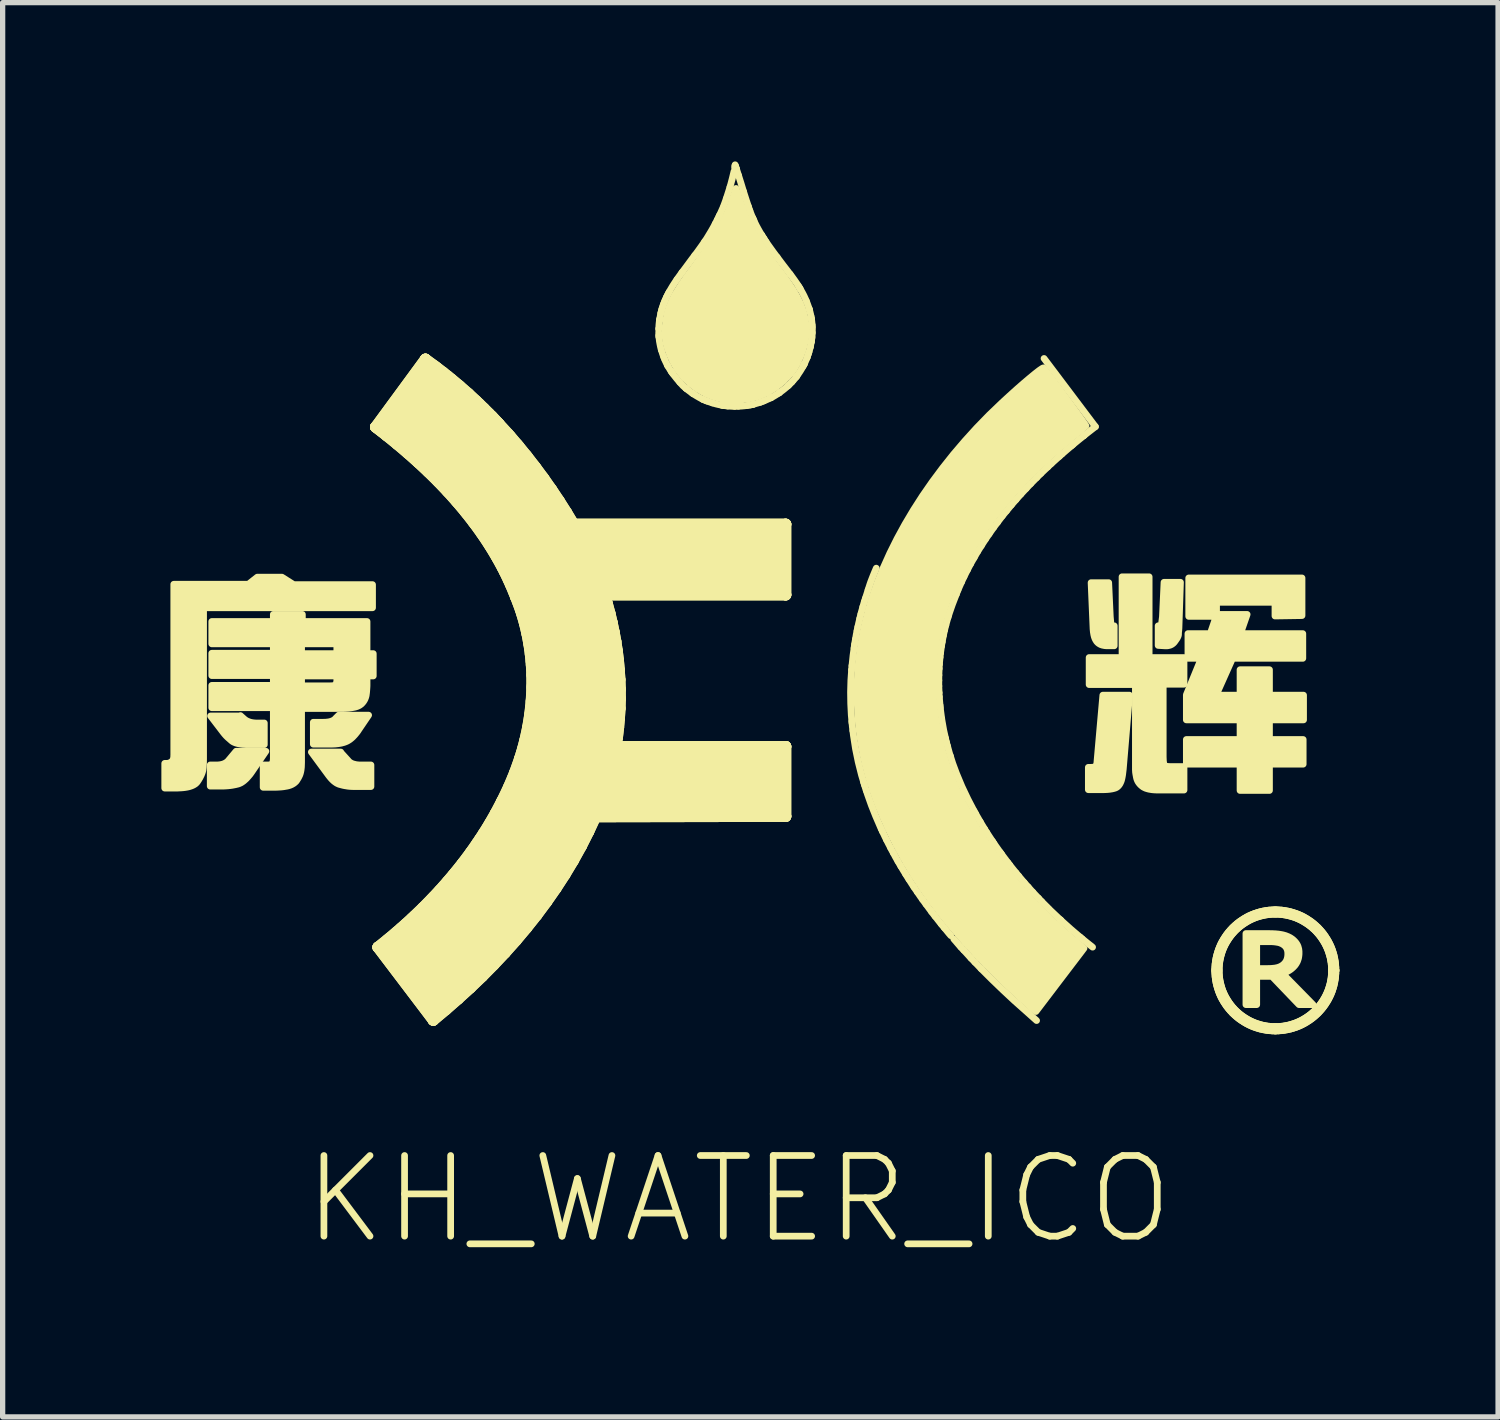
<source format=kicad_pcb>
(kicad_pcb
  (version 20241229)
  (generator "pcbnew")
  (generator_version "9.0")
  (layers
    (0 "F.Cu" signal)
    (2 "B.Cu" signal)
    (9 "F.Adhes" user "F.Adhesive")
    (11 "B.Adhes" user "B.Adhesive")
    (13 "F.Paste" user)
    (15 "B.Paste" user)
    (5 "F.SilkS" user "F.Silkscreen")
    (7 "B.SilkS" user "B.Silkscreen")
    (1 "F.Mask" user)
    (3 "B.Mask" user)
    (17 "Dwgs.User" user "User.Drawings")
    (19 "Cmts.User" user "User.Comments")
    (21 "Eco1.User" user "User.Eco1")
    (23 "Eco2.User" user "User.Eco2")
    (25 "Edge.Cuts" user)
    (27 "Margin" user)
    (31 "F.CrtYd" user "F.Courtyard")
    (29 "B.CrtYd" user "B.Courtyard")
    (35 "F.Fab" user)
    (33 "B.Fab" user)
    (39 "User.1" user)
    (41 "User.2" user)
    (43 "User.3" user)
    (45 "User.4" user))
  (footprint "KH_WATER_ICO"
    (layer "F.Cu")
    (at 10.909 9.612)
    (property "Reference" "KH_WATER_ICO" (at 0 10 0) (layer "F.SilkS") (effects (font (size 1.524 1.524) (thickness 0.127))))
    (attr board_only exclude_from_pos_files exclude_from_bom)
    (fp_line (start -6.86 -4.592) (end -6.86 -4.592) (stroke (width 0.21) (type solid)) (layer "F.SilkS"))
    (fp_line (start -6.86 -4.592) (end -5.919 -5.874) (stroke (width 0.21) (type solid)) (layer "F.SilkS"))
    (fp_line (start -6.86 -4.592) (end -6.86 -4.592) (stroke (width 0.21) (type solid)) (layer "F.SilkS"))
    (fp_line (start -6.86 -4.592) (end -6.654 -4.43) (stroke (width 0.21) (type solid)) (layer "F.SilkS"))
    (fp_line (start -6.86 -4.592) (end -6.742 -4.503) (stroke (width 0.21) (type solid)) (layer "F.SilkS"))
    (fp_line (start -6.816 5.239) (end -6.816 5.239) (stroke (width 0.21) (type solid)) (layer "F.SilkS"))
    (fp_line (start -6.816 5.239) (end -6.597 5.062) (stroke (width 0.21) (type solid)) (layer "F.SilkS"))
    (fp_line (start -6.816 5.239) (end -6.816 5.239) (stroke (width 0.21) (type solid)) (layer "F.SilkS"))
    (fp_line (start -6.816 5.239) (end -5.771 6.617) (stroke (width 0.21) (type solid)) (layer "F.SilkS"))
    (fp_line (start -6.657 -4.433) (end -6.86 -4.592) (stroke (width 0.21) (type solid)) (layer "F.SilkS"))
    (fp_line (start -6.654 -4.43) (end -6.449 -4.264) (stroke (width 0.21) (type solid)) (layer "F.SilkS"))
    (fp_line (start -6.639 5.097) (end -6.816 5.239) (stroke (width 0.21) (type solid)) (layer "F.SilkS"))
    (fp_line (start -6.597 5.062) (end -6.383 4.879) (stroke (width 0.21) (type solid)) (layer "F.SilkS"))
    (fp_line (start -6.466 4.951) (end -6.639 5.097) (stroke (width 0.21) (type solid)) (layer "F.SilkS"))
    (fp_line (start -6.457 -4.271) (end -6.657 -4.433) (stroke (width 0.21) (type solid)) (layer "F.SilkS"))
    (fp_line (start -6.449 -4.264) (end -6.248 -4.093) (stroke (width 0.21) (type solid)) (layer "F.SilkS"))
    (fp_line (start -6.383 4.879) (end -6.173 4.689) (stroke (width 0.21) (type solid)) (layer "F.SilkS"))
    (fp_line (start -6.295 4.801) (end -6.466 4.951) (stroke (width 0.21) (type solid)) (layer "F.SilkS"))
    (fp_line (start -6.26 -4.103) (end -6.457 -4.271) (stroke (width 0.21) (type solid)) (layer "F.SilkS"))
    (fp_line (start -6.248 -4.093) (end -6.051 -3.917) (stroke (width 0.21) (type solid)) (layer "F.SilkS"))
    (fp_line (start -6.173 4.689) (end -5.969 4.493) (stroke (width 0.21) (type solid)) (layer "F.SilkS"))
    (fp_line (start -6.128 4.647) (end -6.295 4.801) (stroke (width 0.21) (type solid)) (layer "F.SilkS"))
    (fp_line (start -6.066 -3.931) (end -6.26 -4.103) (stroke (width 0.21) (type solid)) (layer "F.SilkS"))
    (fp_line (start -6.051 -3.917) (end -5.858 -3.736) (stroke (width 0.21) (type solid)) (layer "F.SilkS"))
    (fp_line (start -5.969 4.493) (end -5.771 4.291) (stroke (width 0.21) (type solid)) (layer "F.SilkS"))
    (fp_line (start -5.965 4.49) (end -6.128 4.647) (stroke (width 0.21) (type solid)) (layer "F.SilkS"))
    (fp_line (start -5.919 -5.874) (end -6.86 -4.592) (stroke (width 0.21) (type solid)) (layer "F.SilkS"))
    (fp_line (start -5.919 -5.874) (end -5.919 -5.874) (stroke (width 0.21) (type solid)) (layer "F.SilkS"))
    (fp_line (start -5.919 -5.874) (end -5.919 -5.874) (stroke (width 0.21) (type solid)) (layer "F.SilkS"))
    (fp_line (start -5.919 -5.874) (end -5.706 -5.718) (stroke (width 0.21) (type solid)) (layer "F.SilkS"))
    (fp_line (start -5.876 -3.754) (end -6.066 -3.931) (stroke (width 0.21) (type solid)) (layer "F.SilkS"))
    (fp_line (start -5.858 -3.736) (end -5.67 -3.55) (stroke (width 0.21) (type solid)) (layer "F.SilkS"))
    (fp_line (start -5.806 4.328) (end -5.965 4.49) (stroke (width 0.21) (type solid)) (layer "F.SilkS"))
    (fp_line (start -5.771 4.291) (end -5.579 4.083) (stroke (width 0.21) (type solid)) (layer "F.SilkS"))
    (fp_line (start -5.771 6.617) (end -6.816 5.239) (stroke (width 0.21) (type solid)) (layer "F.SilkS"))
    (fp_line (start -5.771 6.617) (end -5.771 6.617) (stroke (width 0.21) (type solid)) (layer "F.SilkS"))
    (fp_line (start -5.771 6.617) (end -5.771 6.617) (stroke (width 0.21) (type solid)) (layer "F.SilkS"))
    (fp_line (start -5.771 6.617) (end -5.533 6.418) (stroke (width 0.21) (type solid)) (layer "F.SilkS"))
    (fp_line (start -5.752 -5.752) (end -5.919 -5.874) (stroke (width 0.21) (type solid)) (layer "F.SilkS"))
    (fp_line (start -5.706 -5.718) (end -5.498 -5.555) (stroke (width 0.21) (type solid)) (layer "F.SilkS"))
    (fp_line (start -5.691 -3.572) (end -5.876 -3.754) (stroke (width 0.21) (type solid)) (layer "F.SilkS"))
    (fp_line (start -5.67 -3.55) (end -5.487 -3.358) (stroke (width 0.21) (type solid)) (layer "F.SilkS"))
    (fp_line (start -5.65 4.162) (end -5.806 4.328) (stroke (width 0.21) (type solid)) (layer "F.SilkS"))
    (fp_line (start -5.587 -5.627) (end -5.752 -5.752) (stroke (width 0.21) (type solid)) (layer "F.SilkS"))
    (fp_line (start -5.579 4.083) (end -5.395 3.869) (stroke (width 0.21) (type solid)) (layer "F.SilkS"))
    (fp_line (start -5.533 6.418) (end -5.771 6.617) (stroke (width 0.21) (type solid)) (layer "F.SilkS"))
    (fp_line (start -5.533 6.418) (end -5.3 6.214) (stroke (width 0.21) (type solid)) (layer "F.SilkS"))
    (fp_line (start -5.512 -3.385) (end -5.691 -3.572) (stroke (width 0.21) (type solid)) (layer "F.SilkS"))
    (fp_line (start -5.5 3.992) (end -5.65 4.162) (stroke (width 0.21) (type solid)) (layer "F.SilkS"))
    (fp_line (start -5.498 -5.555) (end -5.295 -5.387) (stroke (width 0.21) (type solid)) (layer "F.SilkS"))
    (fp_line (start -5.487 -3.358) (end -5.311 -3.161) (stroke (width 0.21) (type solid)) (layer "F.SilkS"))
    (fp_line (start -5.426 -5.498) (end -5.587 -5.627) (stroke (width 0.21) (type solid)) (layer "F.SilkS"))
    (fp_line (start -5.395 3.869) (end -5.218 3.649) (stroke (width 0.21) (type solid)) (layer "F.SilkS"))
    (fp_line (start -5.354 3.819) (end -5.5 3.992) (stroke (width 0.21) (type solid)) (layer "F.SilkS"))
    (fp_line (start -5.339 -3.193) (end -5.512 -3.385) (stroke (width 0.21) (type solid)) (layer "F.SilkS"))
    (fp_line (start -5.311 -3.161) (end -5.142 -2.959) (stroke (width 0.21) (type solid)) (layer "F.SilkS"))
    (fp_line (start -5.3 6.214) (end -5.533 6.418) (stroke (width 0.21) (type solid)) (layer "F.SilkS"))
    (fp_line (start -5.3 6.214) (end -5.07 6.005) (stroke (width 0.21) (type solid)) (layer "F.SilkS"))
    (fp_line (start -5.295 -5.387) (end -5.097 -5.213) (stroke (width 0.21) (type solid)) (layer "F.SilkS"))
    (fp_line (start -5.268 -5.365) (end -5.426 -5.498) (stroke (width 0.21) (type solid)) (layer "F.SilkS"))
    (fp_line (start -5.218 3.649) (end -5.049 3.423) (stroke (width 0.21) (type solid)) (layer "F.SilkS"))
    (fp_line (start -5.212 3.641) (end -5.354 3.819) (stroke (width 0.21) (type solid)) (layer "F.SilkS"))
    (fp_line (start -5.172 -2.995) (end -5.339 -3.193) (stroke (width 0.21) (type solid)) (layer "F.SilkS"))
    (fp_line (start -5.142 -2.959) (end -4.981 -2.751) (stroke (width 0.21) (type solid)) (layer "F.SilkS"))
    (fp_line (start -5.112 -5.229) (end -5.268 -5.365) (stroke (width 0.21) (type solid)) (layer "F.SilkS"))
    (fp_line (start -5.097 -5.213) (end -4.904 -5.033) (stroke (width 0.21) (type solid)) (layer "F.SilkS"))
    (fp_line (start -5.076 3.46) (end -5.212 3.641) (stroke (width 0.21) (type solid)) (layer "F.SilkS"))
    (fp_line (start -5.07 6.005) (end -5.3 6.214) (stroke (width 0.21) (type solid)) (layer "F.SilkS"))
    (fp_line (start -5.07 6.005) (end -4.846 5.79) (stroke (width 0.21) (type solid)) (layer "F.SilkS"))
    (fp_line (start -5.049 3.423) (end -4.889 3.19) (stroke (width 0.21) (type solid)) (layer "F.SilkS"))
    (fp_line (start -5.013 -2.792) (end -5.172 -2.995) (stroke (width 0.21) (type solid)) (layer "F.SilkS"))
    (fp_line (start -4.981 -2.751) (end -4.828 -2.537) (stroke (width 0.21) (type solid)) (layer "F.SilkS"))
    (fp_line (start -4.961 -5.089) (end -5.112 -5.229) (stroke (width 0.21) (type solid)) (layer "F.SilkS"))
    (fp_line (start -4.946 3.274) (end -5.076 3.46) (stroke (width 0.21) (type solid)) (layer "F.SilkS"))
    (fp_line (start -4.904 -5.033) (end -4.716 -4.848) (stroke (width 0.21) (type solid)) (layer "F.SilkS"))
    (fp_line (start -4.889 3.19) (end -4.737 2.953) (stroke (width 0.21) (type solid)) (layer "F.SilkS"))
    (fp_line (start -4.861 -2.584) (end -5.013 -2.792) (stroke (width 0.21) (type solid)) (layer "F.SilkS"))
    (fp_line (start -4.846 5.79) (end -5.07 6.005) (stroke (width 0.21) (type solid)) (layer "F.SilkS"))
    (fp_line (start -4.846 5.79) (end -4.628 5.569) (stroke (width 0.21) (type solid)) (layer "F.SilkS"))
    (fp_line (start -4.828 -2.537) (end -4.684 -2.317) (stroke (width 0.21) (type solid)) (layer "F.SilkS"))
    (fp_line (start -4.821 3.085) (end -4.946 3.274) (stroke (width 0.21) (type solid)) (layer "F.SilkS"))
    (fp_line (start -4.812 -4.945) (end -4.961 -5.089) (stroke (width 0.21) (type solid)) (layer "F.SilkS"))
    (fp_line (start -4.737 2.953) (end -4.596 2.709) (stroke (width 0.21) (type solid)) (layer "F.SilkS"))
    (fp_line (start -4.717 -2.369) (end -4.861 -2.584) (stroke (width 0.21) (type solid)) (layer "F.SilkS"))
    (fp_line (start -4.716 -4.848) (end -4.533 -4.658) (stroke (width 0.21) (type solid)) (layer "F.SilkS"))
    (fp_line (start -4.702 2.892) (end -4.821 3.085) (stroke (width 0.21) (type solid)) (layer "F.SilkS"))
    (fp_line (start -4.684 -2.317) (end -4.55 -2.091) (stroke (width 0.21) (type solid)) (layer "F.SilkS"))
    (fp_line (start -4.666 -4.798) (end -4.812 -4.945) (stroke (width 0.21) (type solid)) (layer "F.SilkS"))
    (fp_line (start -4.666 -4.798) (end -4.666 -4.798) (stroke (width 0.21) (type solid)) (layer "F.SilkS"))
    (fp_line (start -4.645 -4.777) (end -4.54 -4.662) (stroke (width 0.21) (type solid)) (layer "F.SilkS"))
    (fp_line (start -4.628 5.569) (end -4.846 5.79) (stroke (width 0.21) (type solid)) (layer "F.SilkS"))
    (fp_line (start -4.628 5.569) (end -4.415 5.343) (stroke (width 0.21) (type solid)) (layer "F.SilkS"))
    (fp_line (start -4.596 2.709) (end -4.465 2.459) (stroke (width 0.21) (type solid)) (layer "F.SilkS"))
    (fp_line (start -4.59 2.695) (end -4.702 2.892) (stroke (width 0.21) (type solid)) (layer "F.SilkS"))
    (fp_line (start -4.583 -2.149) (end -4.717 -2.369) (stroke (width 0.21) (type solid)) (layer "F.SilkS"))
    (fp_line (start -4.563 -4.688) (end -4.666 -4.798) (stroke (width 0.21) (type solid)) (layer "F.SilkS"))
    (fp_line (start -4.55 -2.091) (end -4.426 -1.859) (stroke (width 0.21) (type solid)) (layer "F.SilkS"))
    (fp_line (start -4.54 -4.662) (end -4.517 -4.637) (stroke (width 0.21) (type solid)) (layer "F.SilkS"))
    (fp_line (start -4.533 -4.658) (end -4.355 -4.463) (stroke (width 0.21) (type solid)) (layer "F.SilkS"))
    (fp_line (start -4.517 -4.637) (end -4.563 -4.688) (stroke (width 0.21) (type solid)) (layer "F.SilkS"))
    (fp_line (start -4.484 2.494) (end -4.59 2.695) (stroke (width 0.21) (type solid)) (layer "F.SilkS"))
    (fp_line (start -4.484 2.494) (end -4.484 2.494) (stroke (width 0.21) (type solid)) (layer "F.SilkS"))
    (fp_line (start -4.465 2.459) (end -4.345 2.204) (stroke (width 0.21) (type solid)) (layer "F.SilkS"))
    (fp_line (start -4.458 -1.923) (end -4.583 -2.149) (stroke (width 0.21) (type solid)) (layer "F.SilkS"))
    (fp_line (start -4.426 -1.859) (end -4.314 -1.62) (stroke (width 0.21) (type solid)) (layer "F.SilkS"))
    (fp_line (start -4.415 5.343) (end -4.628 5.569) (stroke (width 0.21) (type solid)) (layer "F.SilkS"))
    (fp_line (start -4.415 5.343) (end -4.208 5.111) (stroke (width 0.21) (type solid)) (layer "F.SilkS"))
    (fp_line (start -4.372 2.271) (end -4.484 2.494) (stroke (width 0.21) (type solid)) (layer "F.SilkS"))
    (fp_line (start -4.355 -4.463) (end -4.183 -4.263) (stroke (width 0.21) (type solid)) (layer "F.SilkS"))
    (fp_line (start -4.345 2.204) (end -4.236 1.943) (stroke (width 0.21) (type solid)) (layer "F.SilkS"))
    (fp_line (start -4.344 -1.691) (end -4.458 -1.923) (stroke (width 0.21) (type solid)) (layer "F.SilkS"))
    (fp_line (start -4.319 -4.422) (end -4.482 -4.599) (stroke (width 0.21) (type solid)) (layer "F.SilkS"))
    (fp_line (start -4.314 -1.62) (end -4.213 -1.375) (stroke (width 0.21) (type solid)) (layer "F.SilkS"))
    (fp_line (start -4.271 2.042) (end -4.372 2.271) (stroke (width 0.21) (type solid)) (layer "F.SilkS"))
    (fp_line (start -4.24 -1.453) (end -4.344 -1.691) (stroke (width 0.21) (type solid)) (layer "F.SilkS"))
    (fp_line (start -4.24 -1.453) (end -4.24 -1.453) (stroke (width 0.21) (type solid)) (layer "F.SilkS"))
    (fp_line (start -4.236 1.943) (end -4.14 1.677) (stroke (width 0.21) (type solid)) (layer "F.SilkS"))
    (fp_line (start -4.213 -1.375) (end -4.213 -1.375) (stroke (width 0.21) (type solid)) (layer "F.SilkS"))
    (fp_line (start -4.213 -1.375) (end -4.124 -1.139) (stroke (width 0.21) (type solid)) (layer "F.SilkS"))
    (fp_line (start -4.208 5.111) (end -4.415 5.343) (stroke (width 0.21) (type solid)) (layer "F.SilkS"))
    (fp_line (start -4.208 5.111) (end -4.009 4.874) (stroke (width 0.21) (type solid)) (layer "F.SilkS"))
    (fp_line (start -4.183 -4.263) (end -4.015 -4.059) (stroke (width 0.21) (type solid)) (layer "F.SilkS"))
    (fp_line (start -4.182 1.808) (end -4.271 2.042) (stroke (width 0.21) (type solid)) (layer "F.SilkS"))
    (fp_line (start -4.167 -1.266) (end -4.24 -1.453) (stroke (width 0.21) (type solid)) (layer "F.SilkS"))
    (fp_line (start -4.152 -4.226) (end -4.319 -4.422) (stroke (width 0.21) (type solid)) (layer "F.SilkS"))
    (fp_line (start -4.14 1.677) (end -4.14 1.677) (stroke (width 0.21) (type solid)) (layer "F.SilkS"))
    (fp_line (start -4.14 1.677) (end -4.08 1.486) (stroke (width 0.21) (type solid)) (layer "F.SilkS"))
    (fp_line (start -4.124 -1.139) (end -4.05 -0.899) (stroke (width 0.21) (type solid)) (layer "F.SilkS"))
    (fp_line (start -4.105 1.569) (end -4.182 1.808) (stroke (width 0.21) (type solid)) (layer "F.SilkS"))
    (fp_line (start -4.102 -1.077) (end -4.167 -1.266) (stroke (width 0.21) (type solid)) (layer "F.SilkS"))
    (fp_line (start -4.08 1.486) (end -4.029 1.292) (stroke (width 0.21) (type solid)) (layer "F.SilkS"))
    (fp_line (start -4.05 -0.899) (end -3.992 -0.656) (stroke (width 0.21) (type solid)) (layer "F.SilkS"))
    (fp_line (start -4.047 -0.884) (end -4.102 -1.077) (stroke (width 0.21) (type solid)) (layer "F.SilkS"))
    (fp_line (start -4.04 1.327) (end -4.105 1.569) (stroke (width 0.21) (type solid)) (layer "F.SilkS"))
    (fp_line (start -4.029 1.292) (end -3.987 1.097) (stroke (width 0.21) (type solid)) (layer "F.SilkS"))
    (fp_line (start -4.015 -4.059) (end -3.853 -3.85) (stroke (width 0.21) (type solid)) (layer "F.SilkS"))
    (fp_line (start -4.009 4.874) (end -4.208 5.111) (stroke (width 0.21) (type solid)) (layer "F.SilkS"))
    (fp_line (start -4.009 4.874) (end -3.816 4.631) (stroke (width 0.21) (type solid)) (layer "F.SilkS"))
    (fp_line (start -4.001 -0.69) (end -4.047 -0.884) (stroke (width 0.21) (type solid)) (layer "F.SilkS"))
    (fp_line (start -3.992 -0.656) (end -3.949 -0.41) (stroke (width 0.21) (type solid)) (layer "F.SilkS"))
    (fp_line (start -3.99 -4.026) (end -4.152 -4.226) (stroke (width 0.21) (type solid)) (layer "F.SilkS"))
    (fp_line (start -3.987 1.097) (end -3.953 0.9) (stroke (width 0.21) (type solid)) (layer "F.SilkS"))
    (fp_line (start -3.987 1.082) (end -4.04 1.327) (stroke (width 0.21) (type solid)) (layer "F.SilkS"))
    (fp_line (start -3.964 -0.494) (end -4.001 -0.69) (stroke (width 0.21) (type solid)) (layer "F.SilkS"))
    (fp_line (start -3.953 0.9) (end -3.928 0.701) (stroke (width 0.21) (type solid)) (layer "F.SilkS"))
    (fp_line (start -3.949 -0.41) (end -3.92 -0.162) (stroke (width 0.21) (type solid)) (layer "F.SilkS"))
    (fp_line (start -3.947 0.835) (end -3.987 1.082) (stroke (width 0.21) (type solid)) (layer "F.SilkS"))
    (fp_line (start -3.936 -0.296) (end -3.964 -0.494) (stroke (width 0.21) (type solid)) (layer "F.SilkS"))
    (fp_line (start -3.928 0.701) (end -3.912 0.502) (stroke (width 0.21) (type solid)) (layer "F.SilkS"))
    (fp_line (start -3.92 -0.162) (end -3.906 0.087) (stroke (width 0.21) (type solid)) (layer "F.SilkS"))
    (fp_line (start -3.92 0.586) (end -3.947 0.835) (stroke (width 0.21) (type solid)) (layer "F.SilkS"))
    (fp_line (start -3.917 -0.097) (end -3.936 -0.296) (stroke (width 0.21) (type solid)) (layer "F.SilkS"))
    (fp_line (start -3.912 0.502) (end -3.905 0.302) (stroke (width 0.21) (type solid)) (layer "F.SilkS"))
    (fp_line (start -3.906 0.087) (end -3.906 0.336) (stroke (width 0.21) (type solid)) (layer "F.SilkS"))
    (fp_line (start -3.906 0.102) (end -3.917 -0.097) (stroke (width 0.21) (type solid)) (layer "F.SilkS"))
    (fp_line (start -3.906 0.336) (end -3.92 0.586) (stroke (width 0.21) (type solid)) (layer "F.SilkS"))
    (fp_line (start -3.905 0.302) (end -3.906 0.102) (stroke (width 0.21) (type solid)) (layer "F.SilkS"))
    (fp_line (start -3.853 -3.85) (end -3.696 -3.638) (stroke (width 0.21) (type solid)) (layer "F.SilkS"))
    (fp_line (start -3.832 -3.823) (end -3.99 -4.026) (stroke (width 0.21) (type solid)) (layer "F.SilkS"))
    (fp_line (start -3.816 4.631) (end -4.009 4.874) (stroke (width 0.21) (type solid)) (layer "F.SilkS"))
    (fp_line (start -3.816 4.631) (end -3.631 4.382) (stroke (width 0.21) (type solid)) (layer "F.SilkS"))
    (fp_line (start -3.696 -3.638) (end -3.544 -3.422) (stroke (width 0.21) (type solid)) (layer "F.SilkS"))
    (fp_line (start -3.679 -3.617) (end -3.832 -3.823) (stroke (width 0.21) (type solid)) (layer "F.SilkS"))
    (fp_line (start -3.631 4.382) (end -3.816 4.631) (stroke (width 0.21) (type solid)) (layer "F.SilkS"))
    (fp_line (start -3.631 4.382) (end -3.454 4.128) (stroke (width 0.21) (type solid)) (layer "F.SilkS"))
    (fp_line (start -3.544 -3.422) (end -3.397 -3.203) (stroke (width 0.21) (type solid)) (layer "F.SilkS"))
    (fp_line (start -3.531 -3.406) (end -3.679 -3.617) (stroke (width 0.21) (type solid)) (layer "F.SilkS"))
    (fp_line (start -3.454 4.128) (end -3.631 4.382) (stroke (width 0.21) (type solid)) (layer "F.SilkS"))
    (fp_line (start -3.454 4.128) (end -3.285 3.868) (stroke (width 0.21) (type solid)) (layer "F.SilkS"))
    (fp_line (start -3.397 -3.203) (end -3.255 -2.98) (stroke (width 0.21) (type solid)) (layer "F.SilkS"))
    (fp_line (start -3.389 -3.193) (end -3.531 -3.406) (stroke (width 0.21) (type solid)) (layer "F.SilkS"))
    (fp_line (start -3.285 3.868) (end -3.454 4.128) (stroke (width 0.21) (type solid)) (layer "F.SilkS"))
    (fp_line (start -3.285 3.868) (end -3.126 3.603) (stroke (width 0.21) (type solid)) (layer "F.SilkS"))
    (fp_line (start -3.255 -2.98) (end -3.119 -2.755) (stroke (width 0.21) (type solid)) (layer "F.SilkS"))
    (fp_line (start -3.251 -2.975) (end -3.389 -3.193) (stroke (width 0.21) (type solid)) (layer "F.SilkS"))
    (fp_line (start -3.126 3.603) (end -3.285 3.868) (stroke (width 0.21) (type solid)) (layer "F.SilkS"))
    (fp_line (start -3.126 3.603) (end -2.975 3.331) (stroke (width 0.21) (type solid)) (layer "F.SilkS"))
    (fp_line (start -3.119 -2.755) (end -3.119 -2.755) (stroke (width 0.21) (type solid)) (layer "F.SilkS"))
    (fp_line (start -3.119 -2.755) (end 0.889 -2.755) (stroke (width 0.21) (type solid)) (layer "F.SilkS"))
    (fp_line (start -3.119 -2.755) (end -3.251 -2.975) (stroke (width 0.21) (type solid)) (layer "F.SilkS"))
    (fp_line (start -3.119 -2.755) (end -3.119 -2.755) (stroke (width 0.21) (type solid)) (layer "F.SilkS"))
    (fp_line (start -2.975 3.331) (end -3.126 3.603) (stroke (width 0.21) (type solid)) (layer "F.SilkS"))
    (fp_line (start -2.975 3.331) (end -2.835 3.054) (stroke (width 0.21) (type solid)) (layer "F.SilkS"))
    (fp_line (start -2.835 3.054) (end -2.975 3.331) (stroke (width 0.21) (type solid)) (layer "F.SilkS"))
    (fp_line (start -2.835 3.054) (end -2.704 2.772) (stroke (width 0.21) (type solid)) (layer "F.SilkS"))
    (fp_line (start -2.704 2.772) (end -2.835 3.054) (stroke (width 0.21) (type solid)) (layer "F.SilkS"))
    (fp_line (start -2.704 2.772) (end -2.704 2.772) (stroke (width 0.21) (type solid)) (layer "F.SilkS"))
    (fp_line (start -2.704 2.772) (end -2.704 2.772) (stroke (width 0.21) (type solid)) (layer "F.SilkS"))
    (fp_line (start -2.704 2.772) (end 0.889 2.765) (stroke (width 0.21) (type solid)) (layer "F.SilkS"))
    (fp_line (start -2.534 -1.421) (end -2.534 -1.421) (stroke (width 0.21) (type solid)) (layer "F.SilkS"))
    (fp_line (start -2.534 -1.421) (end -2.482 -1.248) (stroke (width 0.21) (type solid)) (layer "F.SilkS"))
    (fp_line (start -2.534 -1.421) (end -2.534 -1.421) (stroke (width 0.21) (type solid)) (layer "F.SilkS"))
    (fp_line (start -2.534 -1.421) (end 0.889 -1.421) (stroke (width 0.21) (type solid)) (layer "F.SilkS"))
    (fp_line (start -2.482 -1.248) (end -2.434 -1.072) (stroke (width 0.21) (type solid)) (layer "F.SilkS"))
    (fp_line (start -2.481 -1.248) (end -2.534 -1.421) (stroke (width 0.21) (type solid)) (layer "F.SilkS"))
    (fp_line (start -2.434 -1.072) (end -2.392 -0.896) (stroke (width 0.21) (type solid)) (layer "F.SilkS"))
    (fp_line (start -2.434 -1.072) (end -2.481 -1.248) (stroke (width 0.21) (type solid)) (layer "F.SilkS"))
    (fp_line (start -2.392 -0.896) (end -2.355 -0.719) (stroke (width 0.21) (type solid)) (layer "F.SilkS"))
    (fp_line (start -2.392 -0.896) (end -2.434 -1.072) (stroke (width 0.21) (type solid)) (layer "F.SilkS"))
    (fp_line (start -2.355 -0.719) (end -2.322 -0.54) (stroke (width 0.21) (type solid)) (layer "F.SilkS"))
    (fp_line (start -2.355 -0.719) (end -2.392 -0.896) (stroke (width 0.21) (type solid)) (layer "F.SilkS"))
    (fp_line (start -2.322 -0.54) (end -2.295 -0.361) (stroke (width 0.21) (type solid)) (layer "F.SilkS"))
    (fp_line (start -2.322 -0.54) (end -2.355 -0.719) (stroke (width 0.21) (type solid)) (layer "F.SilkS"))
    (fp_line (start -2.319 1.446) (end -2.319 1.446) (stroke (width 0.21) (type solid)) (layer "F.SilkS"))
    (fp_line (start -2.319 1.446) (end 0.889 1.446) (stroke (width 0.21) (type solid)) (layer "F.SilkS"))
    (fp_line (start -2.319 1.446) (end -2.319 1.446) (stroke (width 0.21) (type solid)) (layer "F.SilkS"))
    (fp_line (start -2.319 1.446) (end -2.291 1.266) (stroke (width 0.21) (type solid)) (layer "F.SilkS"))
    (fp_line (start -2.295 -0.361) (end -2.273 -0.181) (stroke (width 0.21) (type solid)) (layer "F.SilkS"))
    (fp_line (start -2.295 -0.361) (end -2.322 -0.54) (stroke (width 0.21) (type solid)) (layer "F.SilkS"))
    (fp_line (start -2.291 1.266) (end -2.27 1.086) (stroke (width 0.21) (type solid)) (layer "F.SilkS"))
    (fp_line (start -2.291 1.266) (end -2.319 1.446) (stroke (width 0.21) (type solid)) (layer "F.SilkS"))
    (fp_line (start -2.273 -0.181) (end -2.257 -0.000002) (stroke (width 0.21) (type solid)) (layer "F.SilkS"))
    (fp_line (start -2.273 -0.181) (end -2.295 -0.361) (stroke (width 0.21) (type solid)) (layer "F.SilkS"))
    (fp_line (start -2.27 1.086) (end -2.254 0.906) (stroke (width 0.21) (type solid)) (layer "F.SilkS"))
    (fp_line (start -2.27 1.086) (end -2.291 1.266) (stroke (width 0.21) (type solid)) (layer "F.SilkS"))
    (fp_line (start -2.257 -0.000002) (end -2.245 0.181) (stroke (width 0.21) (type solid)) (layer "F.SilkS"))
    (fp_line (start -2.257 0) (end -2.273 -0.181) (stroke (width 0.21) (type solid)) (layer "F.SilkS"))
    (fp_line (start -2.254 0.906) (end -2.243 0.725) (stroke (width 0.21) (type solid)) (layer "F.SilkS"))
    (fp_line (start -2.254 0.906) (end -2.27 1.086) (stroke (width 0.21) (type solid)) (layer "F.SilkS"))
    (fp_line (start -2.245 0.181) (end -2.239 0.362) (stroke (width 0.21) (type solid)) (layer "F.SilkS"))
    (fp_line (start -2.245 0.181) (end -2.257 0) (stroke (width 0.21) (type solid)) (layer "F.SilkS"))
    (fp_line (start -2.243 0.725) (end -2.238 0.544) (stroke (width 0.21) (type solid)) (layer "F.SilkS"))
    (fp_line (start -2.243 0.725) (end -2.254 0.906) (stroke (width 0.21) (type solid)) (layer "F.SilkS"))
    (fp_line (start -2.239 0.362) (end -2.245 0.181) (stroke (width 0.21) (type solid)) (layer "F.SilkS"))
    (fp_line (start -2.239 0.362) (end -2.238 0.544) (stroke (width 0.21) (type solid)) (layer "F.SilkS"))
    (fp_line (start -2.238 0.544) (end -2.239 0.362) (stroke (width 0.21) (type solid)) (layer "F.SilkS"))
    (fp_line (start -2.238 0.544) (end -2.243 0.725) (stroke (width 0.21) (type solid)) (layer "F.SilkS"))
    (fp_line (start 0.889 -2.755) (end 0.889 -2.755) (stroke (width 0.21) (type solid)) (layer "F.SilkS"))
    (fp_line (start 0.889 -2.755) (end 0.889 -1.421) (stroke (width 0.21) (type solid)) (layer "F.SilkS"))
    (fp_line (start 0.889 -1.421) (end -2.534 -1.421) (stroke (width 0.21) (type solid)) (layer "F.SilkS"))
    (fp_line (start 0.889 -1.421) (end 0.889 -1.421) (stroke (width 0.21) (type solid)) (layer "F.SilkS"))
    (fp_line (start 0.889 1.446) (end 0.889 1.446) (stroke (width 0.21) (type solid)) (layer "F.SilkS"))
    (fp_line (start 0.889 1.446) (end 0.889 2.765) (stroke (width 0.21) (type solid)) (layer "F.SilkS"))
    (fp_line (start 0.889 1.446) (end -2.319 1.446) (stroke (width 0.21) (type solid)) (layer "F.SilkS"))
    (fp_line (start 0.889 1.446) (end 0.889 1.446) (stroke (width 0.21) (type solid)) (layer "F.SilkS"))
    (fp_line (start 0.889 2.765) (end -2.704 2.772) (stroke (width 0.21) (type solid)) (layer "F.SilkS"))
    (fp_line (start 0.889 2.765) (end 0.889 2.765) (stroke (width 0.21) (type solid)) (layer "F.SilkS"))
    (fp_line (start 0.889 2.765) (end 0.889 1.446) (stroke (width 0.21) (type solid)) (layer "F.SilkS"))
    (fp_line (start 0.889 2.765) (end 0.889 2.765) (stroke (width 0.21) (type solid)) (layer "F.SilkS"))
    (fp_line (start 0.889 -2.755) (end -3.119 -2.755) (stroke (width 0.21) (type solid)) (layer "F.SilkS"))
    (fp_line (start 0.889 -2.755) (end 0.889 -2.755) (stroke (width 0.21) (type solid)) (layer "F.SilkS"))
    (fp_line (start 0.889 -1.421) (end 0.889 -2.755) (stroke (width 0.21) (type solid)) (layer "F.SilkS"))
    (fp_line (start 0.889 -1.421) (end 0.889 -1.421) (stroke (width 0.21) (type solid)) (layer "F.SilkS"))
    (fp_line (start 5.771 -5.888) (end 6.742 -4.599) (stroke (width 0.127) (type solid)) (layer "F.SilkS"))
    (fp_line (start 9.038 5.676) (end 9.038 5.676) (stroke (width 0.21) (type solid)) (layer "F.SilkS"))
    (fp_line (start 9.038 5.676) (end 9.04 5.619) (stroke (width 0.21) (type solid)) (layer "F.SilkS"))
    (fp_line (start 9.04 5.619) (end 9.044 5.563) (stroke (width 0.21) (type solid)) (layer "F.SilkS"))
    (fp_line (start 9.04 5.733) (end 9.038 5.676) (stroke (width 0.21) (type solid)) (layer "F.SilkS"))
    (fp_line (start 9.044 5.563) (end 9.051 5.508) (stroke (width 0.21) (type solid)) (layer "F.SilkS"))
    (fp_line (start 9.044 5.789) (end 9.04 5.733) (stroke (width 0.21) (type solid)) (layer "F.SilkS"))
    (fp_line (start 9.051 5.508) (end 9.061 5.454) (stroke (width 0.21) (type solid)) (layer "F.SilkS"))
    (fp_line (start 9.051 5.844) (end 9.044 5.789) (stroke (width 0.21) (type solid)) (layer "F.SilkS"))
    (fp_line (start 9.061 5.454) (end 9.073 5.4) (stroke (width 0.21) (type solid)) (layer "F.SilkS"))
    (fp_line (start 9.061 5.898) (end 9.051 5.844) (stroke (width 0.21) (type solid)) (layer "F.SilkS"))
    (fp_line (start 9.073 5.4) (end 9.088 5.348) (stroke (width 0.21) (type solid)) (layer "F.SilkS"))
    (fp_line (start 9.073 5.952) (end 9.061 5.898) (stroke (width 0.21) (type solid)) (layer "F.SilkS"))
    (fp_line (start 9.088 5.348) (end 9.105 5.296) (stroke (width 0.21) (type solid)) (layer "F.SilkS"))
    (fp_line (start 9.088 6.004) (end 9.073 5.952) (stroke (width 0.21) (type solid)) (layer "F.SilkS"))
    (fp_line (start 9.105 5.296) (end 9.125 5.246) (stroke (width 0.21) (type solid)) (layer "F.SilkS"))
    (fp_line (start 9.105 6.056) (end 9.088 6.004) (stroke (width 0.21) (type solid)) (layer "F.SilkS"))
    (fp_line (start 9.125 5.246) (end 9.147 5.197) (stroke (width 0.21) (type solid)) (layer "F.SilkS"))
    (fp_line (start 9.125 6.106) (end 9.105 6.056) (stroke (width 0.21) (type solid)) (layer "F.SilkS"))
    (fp_line (start 9.147 5.197) (end 9.171 5.15) (stroke (width 0.21) (type solid)) (layer "F.SilkS"))
    (fp_line (start 9.147 6.155) (end 9.125 6.106) (stroke (width 0.21) (type solid)) (layer "F.SilkS"))
    (fp_line (start 9.171 5.15) (end 9.198 5.104) (stroke (width 0.21) (type solid)) (layer "F.SilkS"))
    (fp_line (start 9.171 6.202) (end 9.147 6.155) (stroke (width 0.21) (type solid)) (layer "F.SilkS"))
    (fp_line (start 9.198 5.104) (end 9.227 5.059) (stroke (width 0.21) (type solid)) (layer "F.SilkS"))
    (fp_line (start 9.198 6.248) (end 9.171 6.202) (stroke (width 0.21) (type solid)) (layer "F.SilkS"))
    (fp_line (start 9.227 5.059) (end 9.257 5.016) (stroke (width 0.21) (type solid)) (layer "F.SilkS"))
    (fp_line (start 9.227 6.293) (end 9.198 6.248) (stroke (width 0.21) (type solid)) (layer "F.SilkS"))
    (fp_line (start 9.257 5.016) (end 9.29 4.974) (stroke (width 0.21) (type solid)) (layer "F.SilkS"))
    (fp_line (start 9.257 6.336) (end 9.227 6.293) (stroke (width 0.21) (type solid)) (layer "F.SilkS"))
    (fp_line (start 9.29 4.974) (end 9.325 4.934) (stroke (width 0.21) (type solid)) (layer "F.SilkS"))
    (fp_line (start 9.29 6.378) (end 9.257 6.336) (stroke (width 0.21) (type solid)) (layer "F.SilkS"))
    (fp_line (start 9.325 4.934) (end 9.361 4.895) (stroke (width 0.21) (type solid)) (layer "F.SilkS"))
    (fp_line (start 9.325 6.418) (end 9.29 6.378) (stroke (width 0.21) (type solid)) (layer "F.SilkS"))
    (fp_line (start 9.361 4.895) (end 9.4 4.859) (stroke (width 0.21) (type solid)) (layer "F.SilkS"))
    (fp_line (start 9.361 6.457) (end 9.325 6.418) (stroke (width 0.21) (type solid)) (layer "F.SilkS"))
    (fp_line (start 9.4 4.859) (end 9.44 4.824) (stroke (width 0.21) (type solid)) (layer "F.SilkS"))
    (fp_line (start 9.4 6.493) (end 9.361 6.457) (stroke (width 0.21) (type solid)) (layer "F.SilkS"))
    (fp_line (start 9.44 4.824) (end 9.482 4.791) (stroke (width 0.21) (type solid)) (layer "F.SilkS"))
    (fp_line (start 9.44 6.528) (end 9.4 6.493) (stroke (width 0.21) (type solid)) (layer "F.SilkS"))
    (fp_line (start 9.482 4.791) (end 9.525 4.761) (stroke (width 0.21) (type solid)) (layer "F.SilkS"))
    (fp_line (start 9.482 6.561) (end 9.44 6.528) (stroke (width 0.21) (type solid)) (layer "F.SilkS"))
    (fp_line (start 9.525 4.761) (end 9.57 4.732) (stroke (width 0.21) (type solid)) (layer "F.SilkS"))
    (fp_line (start 9.525 6.591) (end 9.482 6.561) (stroke (width 0.21) (type solid)) (layer "F.SilkS"))
    (fp_line (start 9.57 4.732) (end 9.616 4.705) (stroke (width 0.21) (type solid)) (layer "F.SilkS"))
    (fp_line (start 9.57 6.62) (end 9.525 6.591) (stroke (width 0.21) (type solid)) (layer "F.SilkS"))
    (fp_line (start 9.616 4.705) (end 9.663 4.681) (stroke (width 0.21) (type solid)) (layer "F.SilkS"))
    (fp_line (start 9.616 6.647) (end 9.57 6.62) (stroke (width 0.21) (type solid)) (layer "F.SilkS"))
    (fp_line (start 9.663 4.681) (end 9.712 4.659) (stroke (width 0.21) (type solid)) (layer "F.SilkS"))
    (fp_line (start 9.663 6.671) (end 9.616 6.647) (stroke (width 0.21) (type solid)) (layer "F.SilkS"))
    (fp_line (start 9.712 4.659) (end 9.762 4.639) (stroke (width 0.21) (type solid)) (layer "F.SilkS"))
    (fp_line (start 9.712 6.693) (end 9.663 6.671) (stroke (width 0.21) (type solid)) (layer "F.SilkS"))
    (fp_line (start 9.762 4.639) (end 9.814 4.622) (stroke (width 0.21) (type solid)) (layer "F.SilkS"))
    (fp_line (start 9.762 6.713) (end 9.712 6.693) (stroke (width 0.21) (type solid)) (layer "F.SilkS"))
    (fp_line (start 9.814 4.622) (end 9.866 4.607) (stroke (width 0.21) (type solid)) (layer "F.SilkS"))
    (fp_line (start 9.814 6.73) (end 9.762 6.713) (stroke (width 0.21) (type solid)) (layer "F.SilkS"))
    (fp_line (start 9.866 4.607) (end 9.92 4.595) (stroke (width 0.21) (type solid)) (layer "F.SilkS"))
    (fp_line (start 9.866 6.745) (end 9.814 6.73) (stroke (width 0.21) (type solid)) (layer "F.SilkS"))
    (fp_line (start 9.92 4.595) (end 9.974 4.585) (stroke (width 0.21) (type solid)) (layer "F.SilkS"))
    (fp_line (start 9.92 6.757) (end 9.866 6.745) (stroke (width 0.21) (type solid)) (layer "F.SilkS"))
    (fp_line (start 9.974 4.585) (end 10.029 4.578) (stroke (width 0.21) (type solid)) (layer "F.SilkS"))
    (fp_line (start 9.974 6.767) (end 9.92 6.757) (stroke (width 0.21) (type solid)) (layer "F.SilkS"))
    (fp_line (start 10.029 4.578) (end 10.085 4.574) (stroke (width 0.21) (type solid)) (layer "F.SilkS"))
    (fp_line (start 10.029 6.774) (end 9.974 6.767) (stroke (width 0.21) (type solid)) (layer "F.SilkS"))
    (fp_line (start 10.085 4.574) (end 10.142 4.572) (stroke (width 0.21) (type solid)) (layer "F.SilkS"))
    (fp_line (start 10.085 6.778) (end 10.029 6.774) (stroke (width 0.21) (type solid)) (layer "F.SilkS"))
    (fp_line (start 10.142 4.572) (end 10.142 4.572) (stroke (width 0.21) (type solid)) (layer "F.SilkS"))
    (fp_line (start 10.142 4.572) (end 10.199 4.574) (stroke (width 0.21) (type solid)) (layer "F.SilkS"))
    (fp_line (start 10.142 6.78) (end 10.085 6.778) (stroke (width 0.21) (type solid)) (layer "F.SilkS"))
    (fp_line (start 10.142 6.78) (end 10.142 6.78) (stroke (width 0.21) (type solid)) (layer "F.SilkS"))
    (fp_line (start 10.199 4.574) (end 10.255 4.578) (stroke (width 0.21) (type solid)) (layer "F.SilkS"))
    (fp_line (start 10.199 6.778) (end 10.142 6.78) (stroke (width 0.21) (type solid)) (layer "F.SilkS"))
    (fp_line (start 10.255 4.578) (end 10.31 4.585) (stroke (width 0.21) (type solid)) (layer "F.SilkS"))
    (fp_line (start 10.255 6.774) (end 10.199 6.778) (stroke (width 0.21) (type solid)) (layer "F.SilkS"))
    (fp_line (start 10.31 4.585) (end 10.364 4.595) (stroke (width 0.21) (type solid)) (layer "F.SilkS"))
    (fp_line (start 10.31 6.767) (end 10.255 6.774) (stroke (width 0.21) (type solid)) (layer "F.SilkS"))
    (fp_line (start 10.364 4.595) (end 10.418 4.607) (stroke (width 0.21) (type solid)) (layer "F.SilkS"))
    (fp_line (start 10.364 6.757) (end 10.31 6.767) (stroke (width 0.21) (type solid)) (layer "F.SilkS"))
    (fp_line (start 10.418 4.607) (end 10.47 4.622) (stroke (width 0.21) (type solid)) (layer "F.SilkS"))
    (fp_line (start 10.418 6.745) (end 10.364 6.757) (stroke (width 0.21) (type solid)) (layer "F.SilkS"))
    (fp_line (start 10.47 4.622) (end 10.522 4.639) (stroke (width 0.21) (type solid)) (layer "F.SilkS"))
    (fp_line (start 10.47 6.73) (end 10.418 6.745) (stroke (width 0.21) (type solid)) (layer "F.SilkS"))
    (fp_line (start 10.522 4.639) (end 10.572 4.659) (stroke (width 0.21) (type solid)) (layer "F.SilkS"))
    (fp_line (start 10.522 6.713) (end 10.47 6.73) (stroke (width 0.21) (type solid)) (layer "F.SilkS"))
    (fp_line (start 10.572 4.659) (end 10.621 4.681) (stroke (width 0.21) (type solid)) (layer "F.SilkS"))
    (fp_line (start 10.572 6.693) (end 10.522 6.713) (stroke (width 0.21) (type solid)) (layer "F.SilkS"))
    (fp_line (start 10.621 4.681) (end 10.668 4.705) (stroke (width 0.21) (type solid)) (layer "F.SilkS"))
    (fp_line (start 10.621 6.671) (end 10.572 6.693) (stroke (width 0.21) (type solid)) (layer "F.SilkS"))
    (fp_line (start 10.668 4.705) (end 10.714 4.732) (stroke (width 0.21) (type solid)) (layer "F.SilkS"))
    (fp_line (start 10.668 6.647) (end 10.621 6.671) (stroke (width 0.21) (type solid)) (layer "F.SilkS"))
    (fp_line (start 10.714 4.732) (end 10.759 4.761) (stroke (width 0.21) (type solid)) (layer "F.SilkS"))
    (fp_line (start 10.714 6.62) (end 10.668 6.647) (stroke (width 0.21) (type solid)) (layer "F.SilkS"))
    (fp_line (start 10.759 4.761) (end 10.802 4.791) (stroke (width 0.21) (type solid)) (layer "F.SilkS"))
    (fp_line (start 10.759 6.591) (end 10.714 6.62) (stroke (width 0.21) (type solid)) (layer "F.SilkS"))
    (fp_line (start 10.802 4.791) (end 10.844 4.824) (stroke (width 0.21) (type solid)) (layer "F.SilkS"))
    (fp_line (start 10.802 6.561) (end 10.759 6.591) (stroke (width 0.21) (type solid)) (layer "F.SilkS"))
    (fp_line (start 10.844 4.824) (end 10.884 4.859) (stroke (width 0.21) (type solid)) (layer "F.SilkS"))
    (fp_line (start 10.844 6.528) (end 10.802 6.561) (stroke (width 0.21) (type solid)) (layer "F.SilkS"))
    (fp_line (start 10.884 4.859) (end 10.923 4.895) (stroke (width 0.21) (type solid)) (layer "F.SilkS"))
    (fp_line (start 10.884 6.493) (end 10.844 6.528) (stroke (width 0.21) (type solid)) (layer "F.SilkS"))
    (fp_line (start 10.923 4.895) (end 10.959 4.934) (stroke (width 0.21) (type solid)) (layer "F.SilkS"))
    (fp_line (start 10.923 6.457) (end 10.884 6.493) (stroke (width 0.21) (type solid)) (layer "F.SilkS"))
    (fp_line (start 10.959 4.934) (end 10.994 4.974) (stroke (width 0.21) (type solid)) (layer "F.SilkS"))
    (fp_line (start 10.959 6.418) (end 10.923 6.457) (stroke (width 0.21) (type solid)) (layer "F.SilkS"))
    (fp_line (start 10.994 4.974) (end 11.027 5.016) (stroke (width 0.21) (type solid)) (layer "F.SilkS"))
    (fp_line (start 10.994 6.378) (end 10.959 6.418) (stroke (width 0.21) (type solid)) (layer "F.SilkS"))
    (fp_line (start 11.027 5.016) (end 11.057 5.059) (stroke (width 0.21) (type solid)) (layer "F.SilkS"))
    (fp_line (start 11.027 6.336) (end 10.994 6.378) (stroke (width 0.21) (type solid)) (layer "F.SilkS"))
    (fp_line (start 11.057 5.059) (end 11.086 5.104) (stroke (width 0.21) (type solid)) (layer "F.SilkS"))
    (fp_line (start 11.057 6.293) (end 11.027 6.336) (stroke (width 0.21) (type solid)) (layer "F.SilkS"))
    (fp_line (start 11.086 5.104) (end 11.113 5.15) (stroke (width 0.21) (type solid)) (layer "F.SilkS"))
    (fp_line (start 11.086 6.248) (end 11.057 6.293) (stroke (width 0.21) (type solid)) (layer "F.SilkS"))
    (fp_line (start 11.113 5.15) (end 11.137 5.197) (stroke (width 0.21) (type solid)) (layer "F.SilkS"))
    (fp_line (start 11.113 6.202) (end 11.086 6.248) (stroke (width 0.21) (type solid)) (layer "F.SilkS"))
    (fp_line (start 11.137 5.197) (end 11.159 5.246) (stroke (width 0.21) (type solid)) (layer "F.SilkS"))
    (fp_line (start 11.137 6.155) (end 11.113 6.202) (stroke (width 0.21) (type solid)) (layer "F.SilkS"))
    (fp_line (start 11.159 5.246) (end 11.179 5.296) (stroke (width 0.21) (type solid)) (layer "F.SilkS"))
    (fp_line (start 11.159 6.106) (end 11.137 6.155) (stroke (width 0.21) (type solid)) (layer "F.SilkS"))
    (fp_line (start 11.179 5.296) (end 11.196 5.348) (stroke (width 0.21) (type solid)) (layer "F.SilkS"))
    (fp_line (start 11.179 6.056) (end 11.159 6.106) (stroke (width 0.21) (type solid)) (layer "F.SilkS"))
    (fp_line (start 11.196 5.348) (end 11.211 5.4) (stroke (width 0.21) (type solid)) (layer "F.SilkS"))
    (fp_line (start 11.196 6.004) (end 11.179 6.056) (stroke (width 0.21) (type solid)) (layer "F.SilkS"))
    (fp_line (start 11.211 5.4) (end 11.223 5.454) (stroke (width 0.21) (type solid)) (layer "F.SilkS"))
    (fp_line (start 11.211 5.952) (end 11.196 6.004) (stroke (width 0.21) (type solid)) (layer "F.SilkS"))
    (fp_line (start 11.223 5.454) (end 11.233 5.508) (stroke (width 0.21) (type solid)) (layer "F.SilkS"))
    (fp_line (start 11.223 5.898) (end 11.211 5.952) (stroke (width 0.21) (type solid)) (layer "F.SilkS"))
    (fp_line (start 11.233 5.508) (end 11.24 5.563) (stroke (width 0.21) (type solid)) (layer "F.SilkS"))
    (fp_line (start 11.233 5.844) (end 11.223 5.898) (stroke (width 0.21) (type solid)) (layer "F.SilkS"))
    (fp_line (start 11.24 5.563) (end 11.244 5.619) (stroke (width 0.21) (type solid)) (layer "F.SilkS"))
    (fp_line (start 11.24 5.789) (end 11.233 5.844) (stroke (width 0.21) (type solid)) (layer "F.SilkS"))
    (fp_line (start 11.244 5.619) (end 11.246 5.676) (stroke (width 0.21) (type solid)) (layer "F.SilkS"))
    (fp_line (start 11.244 5.733) (end 11.24 5.789) (stroke (width 0.21) (type solid)) (layer "F.SilkS"))
    (fp_line (start 11.246 5.676) (end 11.244 5.733) (stroke (width 0.21) (type solid)) (layer "F.SilkS"))
    (fp_line (start 11.246 5.676) (end 11.246 5.676) (stroke (width 0.21) (type solid)) (layer "F.SilkS"))
    (fp_line (start 11.246 5.676) (end 11.246 5.676) (stroke (width 0.21) (type solid)) (layer "F.SilkS"))
    (fp_poly (pts (xy -1.507 -6.303) (xy -1.509 -6.326) (xy -1.509 -6.329)) (stroke (width 0.127) (type solid)) (fill yes) (layer "F.SilkS"))
    (fp_poly (pts (xy -1.505 -6.284) (xy -1.506 -6.286) (xy -1.507 -6.303)) (stroke (width 0.127) (type solid)) (fill yes) (layer "F.SilkS"))
    (fp_poly (pts (xy -1.497 -6.603) (xy -1.497 -6.605) (xy -1.496 -6.609)) (stroke (width 0.127) (type solid)) (fill yes) (layer "F.SilkS"))
    (fp_poly (pts (xy -1.496 -6.609) (xy -1.493 -6.629) (xy -1.492 -6.637)) (stroke (width 0.127) (type solid)) (fill yes) (layer "F.SilkS"))
    (fp_poly (pts (xy -1.473 -6.732) (xy -1.472 -6.741) (xy -1.467 -6.758)) (stroke (width 0.127) (type solid)) (fill yes) (layer "F.SilkS"))
    (fp_poly (pts (xy -1.467 -6.758) (xy -1.465 -6.769) (xy -1.462 -6.779)) (stroke (width 0.127) (type solid)) (fill yes) (layer "F.SilkS"))
    (fp_poly (pts (xy -1.462 -6.779) (xy -1.456 -6.803) (xy -1.451 -6.818)) (stroke (width 0.127) (type solid)) (fill yes) (layer "F.SilkS"))
    (fp_poly (pts (xy -1.451 -6.818) (xy -1.45 -6.823) (xy -1.447 -6.833)) (stroke (width 0.127) (type solid)) (fill yes) (layer "F.SilkS"))
    (fp_poly (pts (xy -1.447 -6.833) (xy -1.437 -6.864) (xy -1.432 -6.879)) (stroke (width 0.127) (type solid)) (fill yes) (layer "F.SilkS"))
    (fp_poly (pts (xy -1.432 -6.879) (xy -1.428 -6.89) (xy -1.422 -6.908)) (stroke (width 0.127) (type solid)) (fill yes) (layer "F.SilkS"))
    (fp_poly (pts (xy -1.422 -6.908) (xy -1.416 -6.924) (xy -1.411 -6.937)) (stroke (width 0.127) (type solid)) (fill yes) (layer "F.SilkS"))
    (fp_poly (pts (xy -1.411 -6.937) (xy -1.404 -6.956) (xy -1.396 -6.975)) (stroke (width 0.127) (type solid)) (fill yes) (layer "F.SilkS"))
    (fp_poly (pts (xy -1.396 -6.975) (xy -1.392 -6.983) (xy -1.387 -6.994)) (stroke (width 0.127) (type solid)) (fill yes) (layer "F.SilkS"))
    (fp_poly (pts (xy -1.387 -6.994) (xy -1.377 -7.02) (xy -1.369 -7.036)) (stroke (width 0.127) (type solid)) (fill yes) (layer "F.SilkS"))
    (fp_poly (pts (xy -1.369 -7.036) (xy -1.366 -7.041) (xy -1.36 -7.055)) (stroke (width 0.127) (type solid)) (fill yes) (layer "F.SilkS"))
    (fp_poly (pts (xy -1.36 -7.055) (xy -1.347 -7.082) (xy -1.341 -7.093)) (stroke (width 0.127) (type solid)) (fill yes) (layer "F.SilkS"))
    (fp_poly (pts (xy -1.341 -7.093) (xy -1.338 -7.099) (xy -1.324 -7.126)) (stroke (width 0.127) (type solid)) (fill yes) (layer "F.SilkS"))
    (fp_poly (pts (xy -1.324 -7.126) (xy -1.314 -7.144) (xy -1.312 -7.147)) (stroke (width 0.127) (type solid)) (fill yes) (layer "F.SilkS"))
    (fp_poly (pts (xy -0.596 -5.082) (xy -0.609 -5.086) (xy -0.621 -5.091)) (stroke (width 0.127) (type solid)) (fill yes) (layer "F.SilkS"))
    (fp_poly (pts (xy 0.274 -8.527) (xy 0.269 -8.536) (xy 0.267 -8.542)) (stroke (width 0.127) (type solid)) (fill yes) (layer "F.SilkS"))
    (fp_poly (pts (xy 0.289 -8.493) (xy 0.281 -8.509) (xy 0.274 -8.527)) (stroke (width 0.127) (type solid)) (fill yes) (layer "F.SilkS"))
    (fp_poly (pts (xy 0.408 -5.06) (xy 0.4 -5.058) (xy 0.43 -5.068)) (stroke (width 0.127) (type solid)) (fill yes) (layer "F.SilkS"))
    (fp_poly (pts (xy 0.43 -5.068) (xy 0.43 -5.068) (xy 0.43 -5.068)) (stroke (width 0.127) (type solid)) (fill yes) (layer "F.SilkS"))
    (fp_poly (pts (xy 0.441 -8.212) (xy 0.434 -8.222) (xy 0.433 -8.224)) (stroke (width 0.127) (type solid)) (fill yes) (layer "F.SilkS"))
    (fp_poly (pts (xy 0.465 -8.173) (xy 0.462 -8.178) (xy 0.441 -8.212)) (stroke (width 0.127) (type solid)) (fill yes) (layer "F.SilkS"))
    (fp_poly (pts (xy 0.482 -8.148) (xy 0.469 -8.167) (xy 0.465 -8.173)) (stroke (width 0.127) (type solid)) (fill yes) (layer "F.SilkS"))
    (fp_poly (pts (xy 0.517 -8.094) (xy 0.507 -8.109) (xy 0.482 -8.148)) (stroke (width 0.127) (type solid)) (fill yes) (layer "F.SilkS"))
    (fp_poly (pts (xy 0.601 -5.142) (xy 0.595 -5.139) (xy 0.616 -5.149)) (stroke (width 0.127) (type solid)) (fill yes) (layer "F.SilkS"))
    (fp_poly (pts (xy 0.618 -5.15) (xy 0.616 -5.149) (xy 0.619 -5.15)) (stroke (width 0.127) (type solid)) (fill yes) (layer "F.SilkS"))
    (fp_poly (pts (xy 0.761 -5.236) (xy 0.759 -5.234) (xy 0.764 -5.238)) (stroke (width 0.127) (type solid)) (fill yes) (layer "F.SilkS"))
    (fp_poly (pts (xy 0.771 -5.242) (xy 0.764 -5.238) (xy 0.777 -5.247)) (stroke (width 0.127) (type solid)) (fill yes) (layer "F.SilkS"))
    (fp_poly (pts (xy 0.931 -5.37) (xy 0.928 -5.367) (xy 0.942 -5.38)) (stroke (width 0.127) (type solid)) (fill yes) (layer "F.SilkS"))
    (fp_poly (pts (xy 0.952 -5.389) (xy 0.942 -5.38) (xy 0.955 -5.392)) (stroke (width 0.127) (type solid)) (fill yes) (layer "F.SilkS"))
    (fp_poly (pts (xy 1.088 -5.541) (xy 1.083 -5.534) (xy 1.093 -5.547)) (stroke (width 0.127) (type solid)) (fill yes) (layer "F.SilkS"))
    (fp_poly (pts (xy 1.097 -5.551) (xy 1.093 -5.547) (xy 1.1 -5.556)) (stroke (width 0.127) (type solid)) (fill yes) (layer "F.SilkS"))
    (fp_poly (pts (xy 1.219 -5.743) (xy 1.215 -5.736) (xy 1.233 -5.769)) (stroke (width 0.127) (type solid)) (fill yes) (layer "F.SilkS"))
    (fp_poly (pts (xy 1.234 -5.772) (xy 1.233 -5.769) (xy 1.235 -5.773)) (stroke (width 0.127) (type solid)) (fill yes) (layer "F.SilkS"))
    (fp_poly (pts (xy 1.293 -5.904) (xy 1.291 -5.9) (xy 1.294 -5.907)) (stroke (width 0.127) (type solid)) (fill yes) (layer "F.SilkS"))
    (fp_poly (pts (xy 1.299 -5.919) (xy 1.294 -5.907) (xy 1.305 -5.937)) (stroke (width 0.127) (type solid)) (fill yes) (layer "F.SilkS"))
    (fp_poly (pts (xy 1.309 -5.949) (xy 1.305 -5.937) (xy 1.312 -5.958)) (stroke (width 0.127) (type solid)) (fill yes) (layer "F.SilkS"))
    (fp_poly (pts (xy 1.314 -5.965) (xy 1.312 -5.958) (xy 1.317 -5.974)) (stroke (width 0.127) (type solid)) (fill yes) (layer "F.SilkS"))
    (fp_poly (pts (xy 1.324 -5.995) (xy 1.317 -5.974) (xy 1.329 -6.011)) (stroke (width 0.127) (type solid)) (fill yes) (layer "F.SilkS"))
    (fp_poly (pts (xy 1.329 -6.011) (xy 1.329 -6.011) (xy 1.329 -6.011)) (stroke (width 0.127) (type solid)) (fill yes) (layer "F.SilkS"))
    (fp_poly (pts (xy 1.373 -6.2) (xy 1.372 -6.199) (xy 1.373 -6.203)) (stroke (width 0.127) (type solid)) (fill yes) (layer "F.SilkS"))
    (fp_poly (pts (xy 1.376 -6.637) (xy 1.376 -6.635) (xy 1.375 -6.639)) (stroke (width 0.127) (type solid)) (fill yes) (layer "F.SilkS"))
    (fp_poly (pts (xy 1.377 -6.23) (xy 1.373 -6.203) (xy 1.378 -6.236)) (stroke (width 0.127) (type solid)) (fill yes) (layer "F.SilkS"))
    (fp_poly (pts (xy 1.378 -6.623) (xy 1.379 -6.614) (xy 1.376 -6.635)) (stroke (width 0.127) (type solid)) (fill yes) (layer "F.SilkS"))
    (fp_poly (pts (xy 2.143 1.008) (xy 2.14 0.988) (xy 2.139 0.969)) (stroke (width 0.127) (type solid)) (fill yes) (layer "F.SilkS"))
    (fp_poly (pts (xy 2.158 1.147) (xy 2.148 1.071) (xy 2.143 1.008)) (stroke (width 0.127) (type solid)) (fill yes) (layer "F.SilkS"))
    (fp_poly (pts (xy 2.181 -0.416) (xy 2.186 -0.457) (xy 2.191 -0.486)) (stroke (width 0.127) (type solid)) (fill yes) (layer "F.SilkS"))
    (fp_poly (pts (xy 2.191 -0.486) (xy 2.197 -0.528) (xy 2.208 -0.586)) (stroke (width 0.127) (type solid)) (fill yes) (layer "F.SilkS"))
    (fp_poly (pts (xy 2.208 -0.586) (xy 2.222 -0.673) (xy 2.237 -0.742)) (stroke (width 0.127) (type solid)) (fill yes) (layer "F.SilkS"))
    (fp_poly (pts (xy 2.237 -0.742) (xy 2.243 -0.777) (xy 2.252 -0.814)) (stroke (width 0.127) (type solid)) (fill yes) (layer "F.SilkS"))
    (fp_poly (pts (xy 2.252 -0.814) (xy 2.267 -0.886) (xy 2.288 -0.972)) (stroke (width 0.127) (type solid)) (fill yes) (layer "F.SilkS"))
    (fp_poly (pts (xy 2.288 -0.972) (xy 2.3 -1.024) (xy 2.31 -1.059)) (stroke (width 0.127) (type solid)) (fill yes) (layer "F.SilkS"))
    (fp_poly (pts (xy 2.31 -1.059) (xy 2.319 -1.098) (xy 2.346 -1.193)) (stroke (width 0.127) (type solid)) (fill yes) (layer "F.SilkS"))
    (fp_poly (pts (xy 2.346 -1.193) (xy 2.367 -1.269) (xy 2.375 -1.293)) (stroke (width 0.127) (type solid)) (fill yes) (layer "F.SilkS"))
    (fp_poly (pts (xy 2.871 3.359) (xy 2.827 3.276) (xy 2.794 3.209)) (stroke (width 0.127) (type solid)) (fill yes) (layer "F.SilkS"))
    (fp_poly (pts (xy 2.925 3.46) (xy 2.898 3.413) (xy 2.871 3.359)) (stroke (width 0.127) (type solid)) (fill yes) (layer "F.SilkS"))
    (fp_poly (pts (xy 3.009 3.612) (xy 2.964 3.535) (xy 2.925 3.46)) (stroke (width 0.127) (type solid)) (fill yes) (layer "F.SilkS"))
    (fp_poly (pts (xy 3.066 3.71) (xy 3.036 3.66) (xy 3.009 3.612)) (stroke (width 0.127) (type solid)) (fill yes) (layer "F.SilkS"))
    (fp_poly (pts (xy 3.156 3.858) (xy 3.112 3.788) (xy 3.066 3.71)) (stroke (width 0.127) (type solid)) (fill yes) (layer "F.SilkS"))
    (fp_poly (pts (xy 3.217 3.955) (xy 3.182 3.902) (xy 3.156 3.858)) (stroke (width 0.127) (type solid)) (fill yes) (layer "F.SilkS"))
    (fp_poly (pts (xy 3.31 4.099) (xy 3.268 4.036) (xy 3.217 3.955)) (stroke (width 0.127) (type solid)) (fill yes) (layer "F.SilkS"))
    (fp_poly (pts (xy 3.376 4.195) (xy 3.336 4.138) (xy 3.31 4.099)) (stroke (width 0.127) (type solid)) (fill yes) (layer "F.SilkS"))
    (fp_poly (pts (xy 3.474 4.335) (xy 3.433 4.279) (xy 3.376 4.195)) (stroke (width 0.127) (type solid)) (fill yes) (layer "F.SilkS"))
    (fp_poly (pts (xy 3.541 4.427) (xy 3.498 4.369) (xy 3.474 4.335)) (stroke (width 0.127) (type solid)) (fill yes) (layer "F.SilkS"))
    (fp_poly (pts (xy 3.645 4.567) (xy 3.606 4.516) (xy 3.541 4.427)) (stroke (width 0.127) (type solid)) (fill yes) (layer "F.SilkS"))
    (fp_poly (pts (xy 3.711 4.653) (xy 3.666 4.596) (xy 3.645 4.567)) (stroke (width 0.127) (type solid)) (fill yes) (layer "F.SilkS"))
    (fp_poly (pts (xy 3.783 0.197) (xy 3.782 0.132) (xy 3.784 0.097)) (stroke (width 0.127) (type solid)) (fill yes) (layer "F.SilkS"))
    (fp_poly (pts (xy 3.783 0.302) (xy 3.782 0.266) (xy 3.783 0.197)) (stroke (width 0.127) (type solid)) (fill yes) (layer "F.SilkS"))
    (fp_poly (pts (xy 3.784 0.097) (xy 3.784 0.048) (xy 3.789 -0.027)) (stroke (width 0.127) (type solid)) (fill yes) (layer "F.SilkS"))
    (fp_poly (pts (xy 3.788 0.429) (xy 3.783 0.339) (xy 3.783 0.302)) (stroke (width 0.127) (type solid)) (fill yes) (layer "F.SilkS"))
    (fp_poly (pts (xy 3.789 -0.027) (xy 3.791 -0.075) (xy 3.794 -0.11)) (stroke (width 0.127) (type solid)) (fill yes) (layer "F.SilkS"))
    (fp_poly (pts (xy 3.792 0.507) (xy 3.79 0.485) (xy 3.788 0.429)) (stroke (width 0.127) (type solid)) (fill yes) (layer "F.SilkS"))
    (fp_poly (pts (xy 3.794 -0.11) (xy 3.798 -0.17) (xy 3.806 -0.242)) (stroke (width 0.127) (type solid)) (fill yes) (layer "F.SilkS"))
    (fp_poly (pts (xy 3.806 0.669) (xy 3.794 0.546) (xy 3.792 0.507)) (stroke (width 0.127) (type solid)) (fill yes) (layer "F.SilkS"))
    (fp_poly (pts (xy 3.806 -0.242) (xy 3.81 -0.281) (xy 3.815 -0.319)) (stroke (width 0.127) (type solid)) (fill yes) (layer "F.SilkS"))
    (fp_poly (pts (xy 3.81 0.713) (xy 3.808 0.703) (xy 3.806 0.669)) (stroke (width 0.127) (type solid)) (fill yes) (layer "F.SilkS"))
    (fp_poly (pts (xy 3.815 -0.319) (xy 3.822 -0.387) (xy 3.833 -0.45)) (stroke (width 0.127) (type solid)) (fill yes) (layer "F.SilkS"))
    (fp_poly (pts (xy 3.824 4.795) (xy 3.786 4.749) (xy 3.711 4.653)) (stroke (width 0.127) (type solid)) (fill yes) (layer "F.SilkS"))
    (fp_poly (pts (xy 3.833 -0.45) (xy 3.838 -0.487) (xy 3.847 -0.532)) (stroke (width 0.127) (type solid)) (fill yes) (layer "F.SilkS"))
    (fp_poly (pts (xy 3.837 0.917) (xy 3.814 0.753) (xy 3.81 0.713)) (stroke (width 0.127) (type solid)) (fill yes) (layer "F.SilkS"))
    (fp_poly (pts (xy 3.837 0.921) (xy 3.837 0.92) (xy 3.837 0.917)) (stroke (width 0.127) (type solid)) (fill yes) (layer "F.SilkS"))
    (fp_poly (pts (xy 3.847 -0.532) (xy 3.858 -0.603) (xy 3.869 -0.651)) (stroke (width 0.127) (type solid)) (fill yes) (layer "F.SilkS"))
    (fp_poly (pts (xy 3.869 -0.651) (xy 3.877 -0.69) (xy 3.892 -0.755)) (stroke (width 0.127) (type solid)) (fill yes) (layer "F.SilkS"))
    (fp_poly (pts (xy 3.886 4.871) (xy 3.841 4.818) (xy 3.824 4.795)) (stroke (width 0.127) (type solid)) (fill yes) (layer "F.SilkS"))
    (fp_poly (pts (xy 3.892 -0.755) (xy 3.906 -0.816) (xy 3.915 -0.848)) (stroke (width 0.127) (type solid)) (fill yes) (layer "F.SilkS"))
    (fp_poly (pts (xy 3.915 -0.848) (xy 3.926 -0.892) (xy 3.956 -0.994)) (stroke (width 0.127) (type solid)) (fill yes) (layer "F.SilkS"))
    (fp_poly (pts (xy 3.956 -0.994) (xy 3.966 -1.028) (xy 3.97 -1.04)) (stroke (width 0.127) (type solid)) (fill yes) (layer "F.SilkS"))
    (fp_poly (pts (xy 4.009 5.019) (xy 3.972 4.976) (xy 3.886 4.871)) (stroke (width 0.127) (type solid)) (fill yes) (layer "F.SilkS"))
    (fp_poly (pts (xy 4.065 5.083) (xy 4.023 5.035) (xy 4.009 5.019)) (stroke (width 0.127) (type solid)) (fill yes) (layer "F.SilkS"))
    (fp_poly (pts (xy 4.112 -1.428) (xy 4.136 -1.493) (xy 4.144 -1.51)) (stroke (width 0.127) (type solid)) (fill yes) (layer "F.SilkS"))
    (fp_poly (pts (xy 4.144 -1.51) (xy 4.156 -1.54) (xy 4.212 -1.663)) (stroke (width 0.127) (type solid)) (fill yes) (layer "F.SilkS"))
    (fp_poly (pts (xy 4.199 5.236) (xy 4.165 5.199) (xy 4.065 5.083)) (stroke (width 0.127) (type solid)) (fill yes) (layer "F.SilkS"))
    (fp_poly (pts (xy 4.212 -1.663) (xy 4.248 -1.743) (xy 4.258 -1.762)) (stroke (width 0.127) (type solid)) (fill yes) (layer "F.SilkS"))
    (fp_poly (pts (xy 4.253 5.294) (xy 4.209 5.247) (xy 4.199 5.236)) (stroke (width 0.127) (type solid)) (fill yes) (layer "F.SilkS"))
    (fp_poly (pts (xy 4.258 -1.762) (xy 4.268 -1.786) (xy 4.325 -1.895)) (stroke (width 0.127) (type solid)) (fill yes) (layer "F.SilkS"))
    (fp_poly (pts (xy 4.325 -1.895) (xy 4.371 -1.986) (xy 4.383 -2.006)) (stroke (width 0.127) (type solid)) (fill yes) (layer "F.SilkS"))
    (fp_poly (pts (xy 4.383 -2.006) (xy 4.393 -2.025) (xy 4.45 -2.123)) (stroke (width 0.127) (type solid)) (fill yes) (layer "F.SilkS"))
    (fp_poly (pts (xy 4.391 5.445) (xy 4.364 5.416) (xy 4.253 5.294)) (stroke (width 0.127) (type solid)) (fill yes) (layer "F.SilkS"))
    (fp_poly (pts (xy 4.45 -2.123) (xy 4.506 -2.223) (xy 4.518 -2.242)) (stroke (width 0.127) (type solid)) (fill yes) (layer "F.SilkS"))
    (fp_poly (pts (xy 4.464 5.521) (xy 4.401 5.455) (xy 4.391 5.445)) (stroke (width 0.127) (type solid)) (fill yes) (layer "F.SilkS"))
    (fp_poly (pts (xy 4.479 2.717) (xy 4.453 2.673) (xy 4.449 2.664)) (stroke (width 0.127) (type solid)) (fill yes) (layer "F.SilkS"))
    (fp_poly (pts (xy 4.518 -2.242) (xy 4.527 -2.258) (xy 4.586 -2.349)) (stroke (width 0.127) (type solid)) (fill yes) (layer "F.SilkS"))
    (fp_poly (pts (xy 4.565 2.867) (xy 4.548 2.841) (xy 4.479 2.717)) (stroke (width 0.127) (type solid)) (fill yes) (layer "F.SilkS"))
    (fp_poly (pts (xy 4.583 5.645) (xy 4.567 5.629) (xy 4.464 5.521)) (stroke (width 0.127) (type solid)) (fill yes) (layer "F.SilkS"))
    (fp_poly (pts (xy 4.586 -2.349) (xy 4.652 -2.453) (xy 4.664 -2.471)) (stroke (width 0.127) (type solid)) (fill yes) (layer "F.SilkS"))
    (fp_poly (pts (xy 4.648 3.005) (xy 4.584 2.901) (xy 4.565 2.867)) (stroke (width 0.127) (type solid)) (fill yes) (layer "F.SilkS"))
    (fp_poly (pts (xy 4.664 -2.471) (xy 4.672 -2.485) (xy 4.733 -2.571)) (stroke (width 0.127) (type solid)) (fill yes) (layer "F.SilkS"))
    (fp_poly (pts (xy 4.689 3.071) (xy 4.678 3.053) (xy 4.648 3.005)) (stroke (width 0.127) (type solid)) (fill yes) (layer "F.SilkS"))
    (fp_poly (pts (xy 4.733 -2.571) (xy 4.807 -2.678) (xy 4.819 -2.694)) (stroke (width 0.127) (type solid)) (fill yes) (layer "F.SilkS"))
    (fp_poly (pts (xy 4.798 3.237) (xy 4.723 3.125) (xy 4.689 3.071)) (stroke (width 0.127) (type solid)) (fill yes) (layer "F.SilkS"))
    (fp_poly (pts (xy 4.819 -2.694) (xy 4.827 -2.705) (xy 4.892 -2.791)) (stroke (width 0.127) (type solid)) (fill yes) (layer "F.SilkS"))
    (fp_poly (pts (xy 4.823 3.275) (xy 4.814 3.261) (xy 4.798 3.237)) (stroke (width 0.127) (type solid)) (fill yes) (layer "F.SilkS"))
    (fp_poly (pts (xy 4.892 -2.791) (xy 4.971 -2.896) (xy 4.982 -2.91)) (stroke (width 0.127) (type solid)) (fill yes) (layer "F.SilkS"))
    (fp_poly (pts (xy 4.943 3.445) (xy 4.87 3.344) (xy 4.823 3.275)) (stroke (width 0.127) (type solid)) (fill yes) (layer "F.SilkS"))
    (fp_poly (pts (xy 4.968 3.479) (xy 4.957 3.465) (xy 4.943 3.445)) (stroke (width 0.127) (type solid)) (fill yes) (layer "F.SilkS"))
    (fp_poly (pts (xy 4.982 -2.91) (xy 4.99 -2.92) (xy 5.061 -3.006)) (stroke (width 0.127) (type solid)) (fill yes) (layer "F.SilkS"))
    (fp_poly (pts (xy 5.061 -3.006) (xy 5.144 -3.108) (xy 5.154 -3.119)) (stroke (width 0.127) (type solid)) (fill yes) (layer "F.SilkS"))
    (fp_poly (pts (xy 5.09 3.642) (xy 5.024 3.557) (xy 4.968 3.479)) (stroke (width 0.127) (type solid)) (fill yes) (layer "F.SilkS"))
    (fp_poly (pts (xy 5.123 3.685) (xy 5.106 3.663) (xy 5.09 3.642)) (stroke (width 0.127) (type solid)) (fill yes) (layer "F.SilkS"))
    (fp_poly (pts (xy 5.154 -3.119) (xy 5.161 -3.128) (xy 5.241 -3.219)) (stroke (width 0.127) (type solid)) (fill yes) (layer "F.SilkS"))
    (fp_poly (pts (xy 5.241 -3.219) (xy 5.324 -3.314) (xy 5.333 -3.323)) (stroke (width 0.127) (type solid)) (fill yes) (layer "F.SilkS"))
    (fp_poly (pts (xy 5.241 3.832) (xy 5.186 3.765) (xy 5.123 3.685)) (stroke (width 0.127) (type solid)) (fill yes) (layer "F.SilkS"))
    (fp_poly (pts (xy 5.291 3.892) (xy 5.262 3.857) (xy 5.241 3.832)) (stroke (width 0.127) (type solid)) (fill yes) (layer "F.SilkS"))
    (fp_poly (pts (xy 5.333 -3.323) (xy 5.34 -3.331) (xy 5.432 -3.429)) (stroke (width 0.127) (type solid)) (fill yes) (layer "F.SilkS"))
    (fp_poly (pts (xy 5.397 4.017) (xy 5.354 3.968) (xy 5.291 3.892)) (stroke (width 0.127) (type solid)) (fill yes) (layer "F.SilkS"))
    (fp_poly (pts (xy 5.432 -3.429) (xy 5.511 -3.514) (xy 5.519 -3.521)) (stroke (width 0.127) (type solid)) (fill yes) (layer "F.SilkS"))
    (fp_poly (pts (xy 5.472 4.101) (xy 5.423 4.047) (xy 5.397 4.017)) (stroke (width 0.127) (type solid)) (fill yes) (layer "F.SilkS"))
    (fp_poly (pts (xy 5.519 -3.521) (xy 5.526 -3.529) (xy 5.632 -3.635)) (stroke (width 0.127) (type solid)) (fill yes) (layer "F.SilkS"))
    (fp_poly (pts (xy 5.559 4.198) (xy 5.529 4.166) (xy 5.472 4.101)) (stroke (width 0.127) (type solid)) (fill yes) (layer "F.SilkS"))
    (fp_poly (pts (xy 5.632 -3.635) (xy 5.705 -3.708) (xy 5.71 -3.714)) (stroke (width 0.127) (type solid)) (fill yes) (layer "F.SilkS"))
    (fp_poly (pts (xy 5.667 4.312) (xy 5.59 4.232) (xy 5.559 4.198)) (stroke (width 0.127) (type solid)) (fill yes) (layer "F.SilkS"))
    (fp_poly (pts (xy 5.71 -3.714) (xy 5.717 -3.72) (xy 5.842 -3.838)) (stroke (width 0.127) (type solid)) (fill yes) (layer "F.SilkS"))
    (fp_poly (pts (xy 5.727 4.376) (xy 5.71 4.358) (xy 5.667 4.312)) (stroke (width 0.127) (type solid)) (fill yes) (layer "F.SilkS"))
    (fp_poly (pts (xy 5.842 -3.838) (xy 5.904 -3.897) (xy 5.908 -3.901)) (stroke (width 0.127) (type solid)) (fill yes) (layer "F.SilkS"))
    (fp_poly (pts (xy 5.875 4.524) (xy 5.762 4.412) (xy 5.727 4.376)) (stroke (width 0.127) (type solid)) (fill yes) (layer "F.SilkS"))
    (fp_poly (pts (xy 5.903 4.552) (xy 5.896 4.545) (xy 5.875 4.524)) (stroke (width 0.127) (type solid)) (fill yes) (layer "F.SilkS"))
    (fp_poly (pts (xy 5.908 -3.901) (xy 5.914 -3.906) (xy 6.061 -4.038)) (stroke (width 0.127) (type solid)) (fill yes) (layer "F.SilkS"))
    (fp_poly (pts (xy 6.061 -4.038) (xy 6.108 -4.081) (xy 6.11 -4.083)) (stroke (width 0.127) (type solid)) (fill yes) (layer "F.SilkS"))
    (fp_poly (pts (xy 6.11 -4.083) (xy 6.116 -4.087) (xy 6.288 -4.235)) (stroke (width 0.127) (type solid)) (fill yes) (layer "F.SilkS"))
    (fp_poly (pts (xy 6.288 -4.235) (xy 6.316 -4.259) (xy 6.317 -4.26)) (stroke (width 0.127) (type solid)) (fill yes) (layer "F.SilkS"))
    (fp_poly (pts (xy 6.317 -4.26) (xy 6.321 -4.263) (xy 6.519 -4.425)) (stroke (width 0.127) (type solid)) (fill yes) (layer "F.SilkS"))
    (fp_poly (pts (xy 6.519 -4.425) (xy 6.527 -4.432) (xy 6.528 -4.432)) (stroke (width 0.127) (type solid)) (fill yes) (layer "F.SilkS"))
    (fp_poly (pts (xy 6.528 -4.432) (xy 6.53 -4.434) (xy 6.742 -4.599)) (stroke (width 0.127) (type solid)) (fill yes) (layer "F.SilkS"))
    (fp_poly (pts (xy 2.159 -0.241) (xy 2.141 -0.082) (xy 2.161 -0.277) (xy 2.181 -0.416)) (stroke (width 0.127) (type solid)) (fill yes) (layer "F.SilkS"))
    (fp_poly (pts (xy 2.445 -1.51) (xy 2.375 -1.293) (xy 2.38 -1.308) (xy 2.446 -1.515)) (stroke (width 0.127) (type solid)) (fill yes) (layer "F.SilkS"))
    (fp_poly (pts (xy 6.69 5.239) (xy 5.63 6.624) (xy 6.69 5.239) (xy 6.688 5.237)) (stroke (width 0.127) (type solid)) (fill yes) (layer "F.SilkS"))
    (fp_poly (pts (xy -1.484 -6.678) (xy -1.492 -6.637) (xy -1.488 -6.66) (xy -1.477 -6.715) (xy -1.473 -6.732)) (stroke (width 0.127) (type solid)) (fill yes) (layer "F.SilkS"))
    (fp_poly (pts (xy -0.184 -9.059) (xy -0.222 -8.94) (xy -0.234 -8.908) (xy -0.207 -8.993) (xy -0.164 -9.128)) (stroke (width 0.127) (type solid)) (fill yes) (layer "F.SilkS"))
    (fp_poly (pts (xy -0.018 -4.984) (xy -0.059 -4.983) (xy -0.074 -4.983) (xy -0.04 -4.985) (xy -0.004 -4.985)) (stroke (width 0.127) (type solid)) (fill yes) (layer "F.SilkS"))
    (fp_poly (pts (xy 0.238 -8.613) (xy 0.267 -8.542) (xy 0.255 -8.569) (xy 0.231 -8.629) (xy 0.211 -8.683)) (stroke (width 0.127) (type solid)) (fill yes) (layer "F.SilkS"))
    (fp_poly (pts (xy 4.038 -1.236) (xy 3.97 -1.04) (xy 3.985 -1.091) (xy 4.056 -1.287) (xy 4.112 -1.428)) (stroke (width 0.127) (type solid)) (fill yes) (layer "F.SilkS"))
    (fp_poly (pts (xy -1.446 -5.998) (xy -1.427 -5.945) (xy -1.417 -5.918) (xy -1.43 -5.952) (xy -1.446 -5.998) (xy -1.457 -6.034)) (stroke (width 0.127) (type solid)) (fill yes) (layer "F.SilkS"))
    (fp_poly (pts (xy -1.412 -5.906) (xy -1.397 -5.867) (xy -1.393 -5.858) (xy -1.397 -5.867) (xy -1.413 -5.906) (xy -1.417 -5.918)) (stroke (width 0.127) (type solid)) (fill yes) (layer "F.SilkS"))
    (fp_poly (pts (xy -0.859 -7.797) (xy -1.022 -7.579) (xy -1.072 -7.513) (xy -1.044 -7.55) (xy -0.878 -7.774) (xy -0.831 -7.835)) (stroke (width 0.127) (type solid)) (fill yes) (layer "F.SilkS"))
    (fp_poly (pts (xy -0.691 -8.025) (xy -0.782 -7.898) (xy -0.831 -7.835) (xy -0.778 -7.906) (xy -0.699 -8.016) (xy -0.644 -8.095)) (stroke (width 0.127) (type solid)) (fill yes) (layer "F.SilkS"))
    (fp_poly (pts (xy -0.678 -5.116) (xy -0.644 -5.1) (xy -0.621 -5.091) (xy -0.652 -5.103) (xy -0.68 -5.117) (xy -0.681 -5.117)) (stroke (width 0.127) (type solid)) (fill yes) (layer "F.SilkS"))
    (fp_poly (pts (xy -0.376 -8.565) (xy -0.411 -8.495) (xy -0.443 -8.433) (xy -0.419 -8.48) (xy -0.39 -8.536) (xy -0.374 -8.568)) (stroke (width 0.127) (type solid)) (fill yes) (layer "F.SilkS"))
    (fp_poly (pts (xy -0.252 -8.852) (xy -0.281 -8.779) (xy -0.299 -8.734) (xy -0.287 -8.764) (xy -0.265 -8.822) (xy -0.234 -8.908)) (stroke (width 0.127) (type solid)) (fill yes) (layer "F.SilkS"))
    (fp_poly (pts (xy -0.077 -9.492) (xy -0.075 -9.511) (xy -0.072 -9.525) (xy -0.071 -9.529) (xy -0.07 -9.532) (xy -0.069 -9.532)) (stroke (width 0.127) (type solid)) (fill yes) (layer "F.SilkS"))
    (fp_poly (pts (xy -0.06 -9.527) (xy -0.056 -9.518) (xy -0.052 -9.506) (xy -0.044 -9.478) (xy -0.04 -9.466) (xy -0.06 -9.527)) (stroke (width 0.127) (type solid)) (fill yes) (layer "F.SilkS"))
    (fp_poly (pts (xy -0.001 -9.344) (xy -0.019 -9.399) (xy -0.023 -9.408) (xy -0.027 -9.419) (xy -0.035 -9.448) (xy -0.04 -9.466)) (stroke (width 0.127) (type solid)) (fill yes) (layer "F.SilkS"))
    (fp_poly (pts (xy 0.013 -9.3) (xy 0.044 -9.202) (xy 0.093 -9.04) (xy 0.078 -9.087) (xy 0.007 -9.318) (xy -0.001 -9.344)) (stroke (width 0.127) (type solid)) (fill yes) (layer "F.SilkS"))
    (fp_poly (pts (xy -1.067 -5.387) (xy -1.044 -5.365) (xy -1.021 -5.344) (xy -1 -5.326) (xy -1.052 -5.37) (xy -1.106 -5.43) (xy -1.111 -5.436)) (stroke (width 0.127) (type solid)) (fill yes) (layer "F.SilkS"))
    (fp_poly (pts (xy -0.311 -8.706) (xy -0.336 -8.648) (xy -0.363 -8.592) (xy -0.374 -8.568) (xy -0.343 -8.635) (xy -0.311 -8.707) (xy -0.299 -8.734)) (stroke (width 0.127) (type solid)) (fill yes) (layer "F.SilkS"))
    (fp_poly (pts (xy -0.06 -9.527) (xy -0.063 -9.532) (xy -0.065 -9.534) (xy -0.067 -9.534) (xy -0.068 -9.534) (xy -0.069 -9.532) (xy -0.067 -9.548)) (stroke (width 0.127) (type solid)) (fill yes) (layer "F.SilkS"))
    (fp_poly (pts (xy 0.553 -8.042) (xy 0.648 -7.909) (xy 0.728 -7.802) (xy 0.693 -7.847) (xy 0.615 -7.952) (xy 0.54 -8.059) (xy 0.517 -8.094)) (stroke (width 0.127) (type solid)) (fill yes) (layer "F.SilkS"))
    (fp_poly (pts (xy 0.772 -7.744) (xy 0.848 -7.643) (xy 0.925 -7.543) (xy 0.972 -7.481) (xy 0.943 -7.517) (xy 0.746 -7.778) (xy 0.728 -7.802)) (stroke (width 0.127) (type solid)) (fill yes) (layer "F.SilkS"))
    (fp_poly (pts (xy 1.281 -5.874) (xy 1.262 -5.829) (xy 1.241 -5.786) (xy 1.235 -5.773) (xy 1.255 -5.816) (xy 1.275 -5.86) (xy 1.291 -5.9)) (stroke (width 0.127) (type solid)) (fill yes) (layer "F.SilkS"))
    (fp_poly (pts (xy -0.573 -5.074) (xy -0.537 -5.062) (xy -0.498 -5.049) (xy -0.497 -5.048) (xy -0.504 -5.05) (xy -0.541 -5.062) (xy -0.578 -5.075) (xy -0.596 -5.082)) (stroke (width 0.127) (type solid)) (fill yes) (layer "F.SilkS"))
    (fp_poly (pts (xy -0.105 -9.35) (xy -0.122 -9.277) (xy -0.142 -9.206) (xy -0.162 -9.135) (xy -0.164 -9.128) (xy -0.15 -9.179) (xy -0.118 -9.301) (xy -0.089 -9.422)) (stroke (width 0.127) (type solid)) (fill yes) (layer "F.SilkS"))
    (fp_poly (pts (xy 0.152 -8.857) (xy 0.19 -8.743) (xy 0.211 -8.683) (xy 0.202 -8.709) (xy 0.168 -8.807) (xy 0.135 -8.905) (xy 0.104 -9.004) (xy 0.093 -9.04)) (stroke (width 0.127) (type solid)) (fill yes) (layer "F.SilkS"))
    (fp_poly (pts (xy 0.737 -5.219) (xy 0.703 -5.197) (xy 0.668 -5.176) (xy 0.619 -5.15) (xy 0.658 -5.171) (xy 0.693 -5.192) (xy 0.727 -5.213) (xy 0.759 -5.234)) (stroke (width 0.127) (type solid)) (fill yes) (layer "F.SilkS"))
    (fp_poly (pts (xy 0.142 -4.996) (xy 0.097 -4.991) (xy 0.051 -4.987) (xy 0.005 -4.985) (xy -0.004 -4.985) (xy 0.023 -4.986) (xy 0.104 -4.992) (xy 0.141 -4.996) (xy 0.161 -4.999)) (stroke (width 0.127) (type solid)) (fill yes) (layer "F.SilkS"))
    (fp_poly (pts (xy 0.577 -5.13) (xy 0.535 -5.11) (xy 0.493 -5.092) (xy 0.451 -5.076) (xy 0.43 -5.068) (xy 0.465 -5.081) (xy 0.499 -5.095) (xy 0.534 -5.11) (xy 0.595 -5.139)) (stroke (width 0.127) (type solid)) (fill yes) (layer "F.SilkS"))
    (fp_poly (pts (xy 1.37 -6.182) (xy 1.361 -6.135) (xy 1.35 -6.088) (xy 1.338 -6.041) (xy 1.329 -6.011) (xy 1.342 -6.057) (xy 1.354 -6.104) (xy 1.364 -6.152) (xy 1.372 -6.199)) (stroke (width 0.127) (type solid)) (fill yes) (layer "F.SilkS"))
    (fp_poly (pts (xy 3.875 1.136) (xy 3.923 1.35) (xy 3.981 1.562) (xy 4.002 1.628) (xy 3.982 1.565) (xy 3.927 1.365) (xy 3.88 1.163) (xy 3.842 0.958) (xy 3.837 0.921)) (stroke (width 0.127) (type solid)) (fill yes) (layer "F.SilkS"))
    (fp_poly (pts (xy 4.775 5.837) (xy 4.986 6.04) (xy 5.201 6.239) (xy 5.63 6.624) (xy 5.209 6.249) (xy 5.002 6.056) (xy 4.798 5.86) (xy 4.597 5.66) (xy 4.583 5.645)) (stroke (width 0.127) (type solid)) (fill yes) (layer "F.SilkS"))
    (fp_poly (pts (xy 6.088 4.727) (xy 6.284 4.903) (xy 6.485 5.074) (xy 6.688 5.237) (xy 6.496 5.083) (xy 6.306 4.923) (xy 6.12 4.757) (xy 5.939 4.587) (xy 5.903 4.552)) (stroke (width 0.127) (type solid)) (fill yes) (layer "F.SilkS"))
    (fp_poly (pts (xy 0.309 -8.45) (xy 0.338 -8.392) (xy 0.369 -8.335) (xy 0.401 -8.278) (xy 0.433 -8.224) (xy 0.419 -8.247) (xy 0.378 -8.317) (xy 0.339 -8.389) (xy 0.303 -8.462) (xy 0.289 -8.493)) (stroke (width 0.127) (type solid)) (fill yes) (layer "F.SilkS"))
    (fp_poly (pts (xy 1.392 -6.414) (xy 1.391 -6.344) (xy 1.386 -6.296) (xy 1.38 -6.248) (xy 1.378 -6.236) (xy 1.384 -6.278) (xy 1.389 -6.326) (xy 1.391 -6.36) (xy 1.392 -6.395) (xy 1.392 -6.425)) (stroke (width 0.127) (type solid)) (fill yes) (layer "F.SilkS"))
    (fp_poly (pts (xy 2.478 2.466) (xy 2.583 2.742) (xy 2.699 3.012) (xy 2.794 3.209) (xy 2.769 3.16) (xy 2.676 2.962) (xy 2.589 2.761) (xy 2.508 2.557) (xy 2.435 2.351) (xy 2.411 2.277)) (stroke (width 0.127) (type solid)) (fill yes) (layer "F.SilkS"))
    (fp_poly (pts (xy 2.52 -1.722) (xy 2.447 -1.516) (xy 2.446 -1.515) (xy 2.461 -1.563) (xy 2.478 -1.616) (xy 2.496 -1.668) (xy 2.516 -1.72) (xy 2.536 -1.771) (xy 2.557 -1.823) (xy 2.6 -1.925)) (stroke (width 0.127) (type solid)) (fill yes) (layer "F.SilkS"))
    (fp_poly (pts (xy 0.922 -5.361) (xy 0.891 -5.334) (xy 0.86 -5.308) (xy 0.828 -5.283) (xy 0.795 -5.259) (xy 0.777 -5.247) (xy 0.804 -5.266) (xy 0.837 -5.291) (xy 0.869 -5.316) (xy 0.901 -5.343) (xy 0.928 -5.367)) (stroke (width 0.127) (type solid)) (fill yes) (layer "F.SilkS"))
    (fp_poly (pts (xy 1.001 -7.444) (xy 1.056 -7.368) (xy 1.109 -7.291) (xy 1.134 -7.251) (xy 1.159 -7.211) (xy 1.164 -7.202) (xy 1.145 -7.234) (xy 1.111 -7.287) (xy 1.075 -7.339) (xy 1.001 -7.442) (xy 0.972 -7.481)) (stroke (width 0.127) (type solid)) (fill yes) (layer "F.SilkS"))
    (fp_poly (pts (xy 1.072 -5.519) (xy 1.046 -5.487) (xy 1.019 -5.457) (xy 0.991 -5.427) (xy 0.961 -5.398) (xy 0.955 -5.392) (xy 0.981 -5.418) (xy 1.01 -5.447) (xy 1.037 -5.477) (xy 1.063 -5.509) (xy 1.083 -5.534)) (stroke (width 0.127) (type solid)) (fill yes) (layer "F.SilkS"))
    (fp_poly (pts (xy 1.177 -7.18) (xy 1.208 -7.125) (xy 1.237 -7.069) (xy 1.263 -7.012) (xy 1.279 -6.973) (xy 1.266 -7.004) (xy 1.247 -7.046) (xy 1.226 -7.088) (xy 1.205 -7.13) (xy 1.182 -7.171) (xy 1.164 -7.202)) (stroke (width 0.127) (type solid)) (fill yes) (layer "F.SilkS"))
    (fp_poly (pts (xy 1.212 -5.73) (xy 1.188 -5.688) (xy 1.163 -5.647) (xy 1.136 -5.607) (xy 1.113 -5.573) (xy 1.1 -5.556) (xy 1.12 -5.585) (xy 1.143 -5.619) (xy 1.17 -5.659) (xy 1.195 -5.701) (xy 1.215 -5.736)) (stroke (width 0.127) (type solid)) (fill yes) (layer "F.SilkS"))
    (fp_poly (pts (xy 1.284 -6.961) (xy 1.301 -6.917) (xy 1.317 -6.872) (xy 1.328 -6.839) (xy 1.338 -6.806) (xy 1.339 -6.801) (xy 1.332 -6.827) (xy 1.32 -6.86) (xy 1.308 -6.893) (xy 1.287 -6.953) (xy 1.279 -6.973)) (stroke (width 0.127) (type solid)) (fill yes) (layer "F.SilkS"))
    (fp_poly (pts (xy 1.342 -6.793) (xy 1.351 -6.76) (xy 1.359 -6.726) (xy 1.366 -6.692) (xy 1.372 -6.657) (xy 1.375 -6.639) (xy 1.37 -6.671) (xy 1.363 -6.705) (xy 1.355 -6.739) (xy 1.347 -6.773) (xy 1.339 -6.801)) (stroke (width 0.127) (type solid)) (fill yes) (layer "F.SilkS"))
    (fp_poly (pts (xy 2.135 -0.025) (xy 2.12 0.228) (xy 2.116 0.482) (xy 2.123 0.735) (xy 2.139 0.969) (xy 2.128 0.853) (xy 2.117 0.634) (xy 2.114 0.415) (xy 2.12 0.197) (xy 2.135 -0.022) (xy 2.141 -0.082)) (stroke (width 0.127) (type solid)) (fill yes) (layer "F.SilkS"))
    (fp_poly (pts (xy 4.045 1.763) (xy 4.117 1.957) (xy 4.219 2.201) (xy 4.332 2.439) (xy 4.449 2.664) (xy 4.427 2.624) (xy 4.312 2.403) (xy 4.206 2.178) (xy 4.122 1.976) (xy 4.047 1.771) (xy 4.002 1.628)) (stroke (width 0.127) (type solid)) (fill yes) (layer "F.SilkS"))
    (fp_poly (pts (xy -1.504 -6.549) (xy -1.508 -6.494) (xy -1.511 -6.438) (xy -1.511 -6.382) (xy -1.509 -6.329) (xy -1.509 -6.335) (xy -1.511 -6.384) (xy -1.511 -6.434) (xy -1.509 -6.483) (xy -1.506 -6.532) (xy -1.501 -6.581) (xy -1.497 -6.603)) (stroke (width 0.127) (type solid)) (fill yes) (layer "F.SilkS"))
    (fp_poly (pts (xy -1.5 -6.238) (xy -1.493 -6.189) (xy -1.484 -6.141) (xy -1.473 -6.093) (xy -1.461 -6.045) (xy -1.457 -6.034) (xy -1.463 -6.052) (xy -1.477 -6.106) (xy -1.488 -6.16) (xy -1.498 -6.215) (xy -1.504 -6.271) (xy -1.505 -6.284)) (stroke (width 0.127) (type solid)) (fill yes) (layer "F.SilkS"))
    (fp_poly (pts (xy -0.994 -5.321) (xy -0.935 -5.275) (xy -0.904 -5.252) (xy -0.874 -5.23) (xy -0.858 -5.219) (xy -0.871 -5.228) (xy -0.897 -5.246) (xy -0.923 -5.265) (xy -0.948 -5.284) (xy -0.973 -5.303) (xy -0.997 -5.324) (xy -1 -5.326)) (stroke (width 0.127) (type solid)) (fill yes) (layer "F.SilkS"))
    (fp_poly (pts (xy -0.466 -5.039) (xy -0.428 -5.028) (xy -0.39 -5.019) (xy -0.352 -5.011) (xy -0.314 -5.003) (xy -0.281 -4.998) (xy -0.301 -5.001) (xy -0.341 -5.008) (xy -0.381 -5.016) (xy -0.42 -5.025) (xy -0.46 -5.036) (xy -0.497 -5.048)) (stroke (width 0.127) (type solid)) (fill yes) (layer "F.SilkS"))
    (fp_poly (pts (xy -0.449 -8.419) (xy -0.481 -8.359) (xy -0.514 -8.3) (xy -0.549 -8.241) (xy -0.585 -8.184) (xy -0.622 -8.127) (xy -0.644 -8.095) (xy -0.604 -8.155) (xy -0.523 -8.289) (xy -0.484 -8.357) (xy -0.447 -8.425) (xy -0.443 -8.433)) (stroke (width 0.127) (type solid)) (fill yes) (layer "F.SilkS"))
    (fp_poly (pts (xy 2.177 1.288) (xy 2.213 1.503) (xy 2.257 1.718) (xy 2.309 1.931) (xy 2.368 2.142) (xy 2.411 2.277) (xy 2.394 2.227) (xy 2.321 1.984) (xy 2.259 1.738) (xy 2.208 1.49) (xy 2.169 1.24) (xy 2.158 1.147)) (stroke (width 0.127) (type solid)) (fill yes) (layer "F.SilkS"))
    (fp_poly (pts (xy -1.38 -5.828) (xy -1.362 -5.791) (xy -1.343 -5.754) (xy -1.322 -5.718) (xy -1.3 -5.682) (xy -1.278 -5.649) (xy -1.282 -5.654) (xy -1.304 -5.688) (xy -1.325 -5.722) (xy -1.345 -5.758) (xy -1.364 -5.793) (xy -1.381 -5.83) (xy -1.393 -5.858)) (stroke (width 0.127) (type solid)) (fill yes) (layer "F.SilkS"))
    (fp_poly (pts (xy -1.259 -5.621) (xy -1.235 -5.588) (xy -1.21 -5.556) (xy -1.185 -5.524) (xy -1.159 -5.492) (xy -1.111 -5.436) (xy -1.123 -5.449) (xy -1.177 -5.513) (xy -1.203 -5.546) (xy -1.229 -5.579) (xy -1.253 -5.613) (xy -1.277 -5.647) (xy -1.278 -5.649)) (stroke (width 0.127) (type solid)) (fill yes) (layer "F.SilkS"))
    (fp_poly (pts (xy -1.127 -7.437) (xy -1.167 -7.38) (xy -1.206 -7.322) (xy -1.244 -7.264) (xy -1.28 -7.204) (xy -1.312 -7.147) (xy -1.308 -7.155) (xy -1.276 -7.211) (xy -1.243 -7.266) (xy -1.208 -7.32) (xy -1.172 -7.373) (xy -1.098 -7.477) (xy -1.072 -7.513)) (stroke (width 0.127) (type solid)) (fill yes) (layer "F.SilkS"))
    (fp_poly (pts (xy -0.845 -5.211) (xy -0.818 -5.194) (xy -0.791 -5.177) (xy -0.764 -5.161) (xy -0.736 -5.146) (xy -0.708 -5.131) (xy -0.681 -5.117) (xy -0.712 -5.132) (xy -0.745 -5.15) (xy -0.778 -5.169) (xy -0.81 -5.188) (xy -0.842 -5.209) (xy -0.858 -5.219)) (stroke (width 0.127) (type solid)) (fill yes) (layer "F.SilkS"))
    (fp_poly (pts (xy -0.261 -4.995) (xy -0.221 -4.99) (xy -0.18 -4.987) (xy -0.14 -4.985) (xy -0.099 -4.984) (xy -0.074 -4.983) (xy -0.08 -4.983) (xy -0.119 -4.983) (xy -0.158 -4.985) (xy -0.198 -4.988) (xy -0.236 -4.992) (xy -0.275 -4.997) (xy -0.281 -4.998)) (stroke (width 0.127) (type solid)) (fill yes) (layer "F.SilkS"))
    (fp_poly (pts (xy 1.381 -6.603) (xy 1.385 -6.568) (xy 1.388 -6.534) (xy 1.39 -6.499) (xy 1.392 -6.464) (xy 1.392 -6.43) (xy 1.392 -6.425) (xy 1.392 -6.449) (xy 1.391 -6.484) (xy 1.389 -6.518) (xy 1.386 -6.553) (xy 1.382 -6.588) (xy 1.379 -6.614)) (stroke (width 0.127) (type solid)) (fill yes) (layer "F.SilkS"))
    (fp_poly (pts (xy 0.395 -5.056) (xy 0.359 -5.044) (xy 0.324 -5.034) (xy 0.288 -5.024) (xy 0.251 -5.015) (xy 0.215 -5.008) (xy 0.178 -5.001) (xy 0.161 -4.999) (xy 0.187 -5.003) (xy 0.232 -5.011) (xy 0.276 -5.021) (xy 0.32 -5.033) (xy 0.364 -5.046) (xy 0.4 -5.058)) (stroke (width 0.127) (type solid)) (fill yes) (layer "F.SilkS"))
    (fp_poly (pts (xy 3.541 -3.598) (xy 3.36 -3.334) (xy 3.188 -3.064) (xy 3.025 -2.789) (xy 2.873 -2.507) (xy 2.731 -2.219) (xy 2.6 -1.925) (xy 2.731 -2.219) (xy 2.873 -2.507) (xy 3.025 -2.789) (xy 3.188 -3.064) (xy 3.36 -3.334) (xy 3.541 -3.598) (xy 3.654 -3.75)) (stroke (width 0.127) (type solid)) (fill yes) (layer "F.SilkS"))
    (fp_poly (pts (xy 5.521 -5.689) (xy 5.276 -5.482) (xy 5.036 -5.269) (xy 4.801 -5.05) (xy 4.573 -4.824) (xy 4.352 -4.591) (xy 4.137 -4.353) (xy 3.931 -4.107) (xy 3.732 -3.856) (xy 3.654 -3.75) (xy 3.732 -3.856) (xy 3.931 -4.107) (xy 4.137 -4.353) (xy 4.352 -4.591) (xy 4.573 -4.824) (xy 4.801 -5.05) (xy 5.036 -5.269) (xy 5.276 -5.482) (xy 5.521 -5.689) (xy 5.771 -5.888)) (stroke (width 0.127) (type solid)) (fill yes) (layer "F.SilkS"))
    (fp_poly (pts (xy 10.646 -1.029) (xy 10.135 -1.021) (xy 10.135 -1.28) (xy 9.031 -1.28) (xy 9.031 -1.051) (xy 9.609 -1.051) (xy 9.483 -0.688) (xy 10.661 -0.688) (xy 10.661 -0.221) (xy 9.334 -0.221) (xy 9.023 0.475) (xy 9.475 0.475) (xy 9.475 -0.006) (xy 10.031 -0.006) (xy 10.031 0.475) (xy 10.675 0.475) (xy 10.675 0.942) (xy 10.031 0.942) (xy 10.031 1.313) (xy 10.668 1.313) (xy 10.668 1.779) (xy 10.031 1.779) (xy 10.031 2.276) (xy 9.475 2.276) (xy 9.475 1.779) (xy 8.46 1.779) (xy 8.46 1.313) (xy 9.475 1.313) (xy 9.475 0.942) (xy 9.468 0.942) (xy 8.46 0.942) (xy 8.46 0.468) (xy 8.742 -0.221) (xy 8.49 -0.221) (xy 8.49 -0.688) (xy 8.912 -0.688) (xy 9.023 -1.014) (xy 8.505 -1.014) (xy 8.505 -1.74) (xy 10.646 -1.74)) (stroke (width 0.127) (type solid)) (fill yes) (layer "F.SilkS"))
    (fp_poly (pts (xy -9.201 1.927) (xy -9.218 1.951) (xy -9.234 1.973) (xy -9.251 1.993) (xy -9.268 2.013) (xy -9.285 2.032) (xy -9.301 2.05) (xy -9.318 2.066) (xy -9.335 2.081) (xy -9.351 2.095) (xy -9.368 2.108) (xy -9.385 2.119) (xy -9.401 2.13) (xy -9.418 2.138) (xy -9.435 2.146) (xy -9.451 2.152) (xy -9.468 2.157) (xy -9.502 2.165) (xy -9.537 2.172) (xy -9.573 2.179) (xy -9.61 2.184) (xy -9.648 2.188) (xy -9.687 2.191) (xy -9.725 2.193) (xy -9.764 2.194) (xy -9.986 2.194) (xy -9.986 1.794) (xy -9.875 1.794) (xy -9.855 1.794) (xy -9.835 1.793) (xy -9.817 1.791) (xy -9.799 1.789) (xy -9.782 1.786) (xy -9.766 1.782) (xy -9.75 1.778) (xy -9.735 1.773) (xy -9.722 1.767) (xy -9.709 1.761) (xy -9.696 1.754) (xy -9.685 1.747) (xy -9.674 1.739) (xy -9.664 1.731) (xy -9.654 1.722) (xy -9.646 1.713) (xy -9.497 1.535) (xy -8.934 1.535)) (stroke (width 0.127) (type solid)) (fill yes) (layer "F.SilkS"))
    (fp_poly (pts (xy -9.342 0.927) (xy -9.332 0.935) (xy -9.321 0.943) (xy -9.31 0.951) (xy -9.298 0.958) (xy -9.285 0.964) (xy -9.271 0.97) (xy -9.257 0.976) (xy -9.243 0.981) (xy -9.228 0.986) (xy -9.212 0.99) (xy -9.195 0.993) (xy -9.178 0.996) (xy -9.161 0.998) (xy -9.143 1) (xy -9.124 1.001) (xy -9.105 1.001) (xy -8.964 1.001) (xy -8.964 1.409) (xy -9.26 1.409) (xy -9.289 1.409) (xy -9.317 1.408) (xy -9.343 1.406) (xy -9.369 1.405) (xy -9.393 1.402) (xy -9.416 1.399) (xy -9.438 1.395) (xy -9.46 1.391) (xy -9.479 1.386) (xy -9.498 1.381) (xy -9.516 1.375) (xy -9.532 1.368) (xy -9.548 1.361) (xy -9.562 1.353) (xy -9.575 1.344) (xy -9.586 1.335) (xy -9.629 1.297) (xy -9.65 1.279) (xy -9.669 1.261) (xy -9.687 1.243) (xy -9.696 1.233) (xy -9.704 1.224) (xy -9.712 1.215) (xy -9.72 1.206) (xy -9.727 1.196) (xy -9.735 1.187) (xy -9.979 0.868) (xy -9.416 0.868) (xy -9.416 0.861)) (stroke (width 0.127) (type solid)) (fill yes) (layer "F.SilkS"))
    (fp_poly (pts (xy -7.519 1.557) (xy -7.371 1.72) (xy -7.368 1.724) (xy -7.364 1.728) (xy -7.36 1.732) (xy -7.355 1.736) (xy -7.346 1.743) (xy -7.335 1.75) (xy -7.324 1.757) (xy -7.312 1.763) (xy -7.298 1.769) (xy -7.284 1.774) (xy -7.269 1.778) (xy -7.253 1.782) (xy -7.237 1.786) (xy -7.219 1.789) (xy -7.201 1.791) (xy -7.182 1.793) (xy -7.162 1.794) (xy -7.142 1.794) (xy -6.949 1.794) (xy -6.949 2.202) (xy -7.29 2.202) (xy -7.305 2.201) (xy -7.32 2.201) (xy -7.351 2.199) (xy -7.381 2.196) (xy -7.412 2.191) (xy -7.443 2.186) (xy -7.473 2.18) (xy -7.504 2.172) (xy -7.534 2.164) (xy -7.549 2.16) (xy -7.565 2.154) (xy -7.579 2.147) (xy -7.594 2.14) (xy -7.609 2.131) (xy -7.623 2.121) (xy -7.638 2.11) (xy -7.652 2.099) (xy -7.666 2.086) (xy -7.68 2.073) (xy -7.694 2.058) (xy -7.708 2.043) (xy -7.722 2.026) (xy -7.736 2.009) (xy -7.75 1.991) (xy -7.764 1.972) (xy -8.075 1.55) (xy -7.519 1.55)) (stroke (width 0.127) (type solid)) (fill yes) (layer "F.SilkS"))
    (fp_poly (pts (xy -7.179 1.127) (xy -7.195 1.152) (xy -7.212 1.175) (xy -7.229 1.196) (xy -7.245 1.216) (xy -7.262 1.235) (xy -7.279 1.253) (xy -7.295 1.27) (xy -7.312 1.285) (xy -7.329 1.299) (xy -7.345 1.312) (xy -7.362 1.323) (xy -7.379 1.334) (xy -7.395 1.343) (xy -7.412 1.351) (xy -7.429 1.358) (xy -7.445 1.364) (xy -7.462 1.37) (xy -7.479 1.374) (xy -7.496 1.379) (xy -7.513 1.383) (xy -7.531 1.386) (xy -7.549 1.389) (xy -7.566 1.392) (xy -7.584 1.394) (xy -7.621 1.398) (xy -7.658 1.4) (xy -7.696 1.401) (xy -7.734 1.401) (xy -8.038 1.401) (xy -8.038 0.987) (xy -7.845 0.987) (xy -7.825 0.986) (xy -7.805 0.986) (xy -7.787 0.984) (xy -7.769 0.982) (xy -7.752 0.98) (xy -7.736 0.977) (xy -7.72 0.973) (xy -7.706 0.969) (xy -7.692 0.964) (xy -7.679 0.959) (xy -7.666 0.953) (xy -7.655 0.946) (xy -7.644 0.939) (xy -7.634 0.931) (xy -7.624 0.922) (xy -7.616 0.912) (xy -7.557 0.853) (xy -6.993 0.853)) (stroke (width 0.127) (type solid)) (fill yes) (layer "F.SilkS"))
    (fp_poly (pts (xy 7.023 -1.006) (xy 7.031 -0.917) (xy 7.031 -0.895) (xy 7.031 -0.887) (xy 7.031 -0.88) (xy 7.031 -0.873) (xy 7.032 -0.867) (xy 7.033 -0.862) (xy 7.034 -0.857) (xy 7.035 -0.853) (xy 7.036 -0.849) (xy 7.038 -0.846) (xy 7.039 -0.843) (xy 7.041 -0.841) (xy 7.043 -0.839) (xy 7.045 -0.838) (xy 7.048 -0.837) (xy 7.05 -0.836) (xy 7.053 -0.836) (xy 7.097 -0.836) (xy 7.097 -0.458) (xy 6.979 -0.458) (xy 6.961 -0.458) (xy 6.944 -0.459) (xy 6.928 -0.46) (xy 6.912 -0.462) (xy 6.897 -0.465) (xy 6.882 -0.468) (xy 6.869 -0.471) (xy 6.855 -0.476) (xy 6.843 -0.48) (xy 6.831 -0.486) (xy 6.82 -0.492) (xy 6.809 -0.499) (xy 6.799 -0.506) (xy 6.789 -0.514) (xy 6.78 -0.523) (xy 6.771 -0.532) (xy 6.763 -0.542) (xy 6.756 -0.553) (xy 6.749 -0.564) (xy 6.742 -0.577) (xy 6.736 -0.589) (xy 6.73 -0.603) (xy 6.725 -0.617) (xy 6.72 -0.632) (xy 6.716 -0.648) (xy 6.712 -0.664) (xy 6.709 -0.681) (xy 6.706 -0.699) (xy 6.703 -0.717) (xy 6.701 -0.736) (xy 6.699 -0.756) (xy 6.697 -0.777) (xy 6.66 -1.651) (xy 6.993 -1.651)) (stroke (width 0.127) (type solid)) (fill yes) (layer "F.SilkS"))
    (fp_poly (pts (xy 7.268 1.876) (xy 7.262 1.925) (xy 7.259 1.95) (xy 7.256 1.975) (xy 7.252 1.999) (xy 7.248 2.022) (xy 7.243 2.046) (xy 7.238 2.068) (xy 7.235 2.079) (xy 7.232 2.09) (xy 7.228 2.101) (xy 7.224 2.111) (xy 7.22 2.121) (xy 7.215 2.131) (xy 7.211 2.14) (xy 7.206 2.15) (xy 7.2 2.159) (xy 7.195 2.167) (xy 7.189 2.175) (xy 7.183 2.183) (xy 7.176 2.19) (xy 7.17 2.197) (xy 7.163 2.203) (xy 7.156 2.209) (xy 7.149 2.214) (xy 7.14 2.22) (xy 7.13 2.225) (xy 7.119 2.23) (xy 7.106 2.234) (xy 7.093 2.238) (xy 7.077 2.242) (xy 7.061 2.246) (xy 7.043 2.249) (xy 7.024 2.252) (xy 7.004 2.255) (xy 6.982 2.257) (xy 6.959 2.259) (xy 6.935 2.26) (xy 6.909 2.261) (xy 6.882 2.261) (xy 6.608 2.261) (xy 6.608 1.839) (xy 6.66 1.839) (xy 6.671 1.838) (xy 6.681 1.838) (xy 6.69 1.837) (xy 6.699 1.836) (xy 6.707 1.834) (xy 6.715 1.833) (xy 6.721 1.831) (xy 6.728 1.828) (xy 6.733 1.826) (xy 6.738 1.823) (xy 6.743 1.82) (xy 6.747 1.817) (xy 6.75 1.813) (xy 6.753 1.809) (xy 6.755 1.806) (xy 6.756 1.801) (xy 6.762 1.785) (xy 6.764 1.776) (xy 6.767 1.768) (xy 6.768 1.764) (xy 6.768 1.76) (xy 6.769 1.756) (xy 6.77 1.751) (xy 6.77 1.747) (xy 6.771 1.743) (xy 6.771 1.739) (xy 6.771 1.735) (xy 6.882 0.475) (xy 7.386 0.475)) (stroke (width 0.127) (type solid)) (fill yes) (layer "F.SilkS"))
    (fp_poly (pts (xy 8.32 -0.784) (xy 8.319 -0.778) (xy 8.319 -0.773) (xy 8.318 -0.762) (xy 8.316 -0.738) (xy 8.314 -0.725) (xy 8.313 -0.711) (xy 8.313 -0.704) (xy 8.312 -0.696) (xy 8.312 -0.688) (xy 8.312 -0.68) (xy 8.312 -0.672) (xy 8.311 -0.664) (xy 8.309 -0.655) (xy 8.307 -0.647) (xy 8.304 -0.638) (xy 8.3 -0.63) (xy 8.296 -0.621) (xy 8.292 -0.612) (xy 8.287 -0.603) (xy 8.281 -0.593) (xy 8.275 -0.584) (xy 8.268 -0.574) (xy 8.254 -0.554) (xy 8.238 -0.532) (xy 8.234 -0.527) (xy 8.229 -0.521) (xy 8.225 -0.516) (xy 8.22 -0.512) (xy 8.216 -0.507) (xy 8.211 -0.503) (xy 8.206 -0.499) (xy 8.201 -0.495) (xy 8.195 -0.491) (xy 8.19 -0.487) (xy 8.185 -0.484) (xy 8.179 -0.481) (xy 8.173 -0.478) (xy 8.168 -0.475) (xy 8.162 -0.472) (xy 8.156 -0.47) (xy 8.143 -0.466) (xy 8.13 -0.463) (xy 8.117 -0.46) (xy 8.104 -0.458) (xy 8.09 -0.457) (xy 8.075 -0.457) (xy 8.061 -0.457) (xy 8.045 -0.458) (xy 7.927 -0.465) (xy 7.927 -0.836) (xy 7.971 -0.836) (xy 7.972 -0.836) (xy 7.973 -0.836) (xy 7.973 -0.836) (xy 7.974 -0.837) (xy 7.975 -0.837) (xy 7.976 -0.838) (xy 7.976 -0.839) (xy 7.977 -0.84) (xy 7.978 -0.841) (xy 7.978 -0.842) (xy 7.979 -0.843) (xy 7.98 -0.845) (xy 7.98 -0.846) (xy 7.981 -0.848) (xy 7.982 -0.852) (xy 7.984 -0.856) (xy 7.985 -0.86) (xy 7.987 -0.865) (xy 7.988 -0.87) (xy 7.989 -0.876) (xy 7.991 -0.882) (xy 7.992 -0.888) (xy 7.994 -0.895) (xy 8.008 -1.006) (xy 8.038 -1.658) (xy 8.349 -1.658)) (stroke (width 0.127) (type solid)) (fill yes) (layer "F.SilkS"))
    (fp_poly (pts (xy 7.757 -0.236) (xy 8.416 -0.236) (xy 8.416 0.268) (xy 8.023 0.268) (xy 8.023 1.638) (xy 8.024 1.668) (xy 8.025 1.694) (xy 8.026 1.718) (xy 8.029 1.739) (xy 8.03 1.748) (xy 8.032 1.757) (xy 8.034 1.765) (xy 8.036 1.772) (xy 8.038 1.778) (xy 8.04 1.784) (xy 8.043 1.79) (xy 8.045 1.794) (xy 8.047 1.796) (xy 8.048 1.798) (xy 8.05 1.8) (xy 8.052 1.802) (xy 8.054 1.803) (xy 8.056 1.805) (xy 8.058 1.807) (xy 8.061 1.808) (xy 8.063 1.809) (xy 8.066 1.811) (xy 8.069 1.812) (xy 8.071 1.813) (xy 8.075 1.814) (xy 8.078 1.815) (xy 8.084 1.817) (xy 8.092 1.819) (xy 8.099 1.82) (xy 8.108 1.821) (xy 8.116 1.822) (xy 8.126 1.823) (xy 8.135 1.823) (xy 8.146 1.824) (xy 8.157 1.824) (xy 8.416 1.824) (xy 8.416 2.268) (xy 7.934 2.268) (xy 7.908 2.268) (xy 7.883 2.267) (xy 7.859 2.266) (xy 7.836 2.264) (xy 7.813 2.262) (xy 7.792 2.259) (xy 7.771 2.255) (xy 7.752 2.252) (xy 7.733 2.247) (xy 7.716 2.242) (xy 7.699 2.237) (xy 7.683 2.231) (xy 7.669 2.224) (xy 7.655 2.217) (xy 7.642 2.21) (xy 7.631 2.202) (xy 7.62 2.193) (xy 7.609 2.184) (xy 7.6 2.176) (xy 7.59 2.167) (xy 7.582 2.157) (xy 7.573 2.148) (xy 7.566 2.138) (xy 7.558 2.128) (xy 7.552 2.118) (xy 7.545 2.108) (xy 7.54 2.097) (xy 7.535 2.086) (xy 7.53 2.075) (xy 7.526 2.063) (xy 7.522 2.051) (xy 7.519 2.039) (xy 7.514 2.015) (xy 7.51 1.992) (xy 7.506 1.972) (xy 7.503 1.952) (xy 7.5 1.934) (xy 7.499 1.917) (xy 7.498 1.9) (xy 7.497 1.883) (xy 7.497 0.275) (xy 6.623 0.275) (xy 6.623 -0.236) (xy 7.245 -0.236) (xy 7.245 -1.762) (xy 7.757 -1.762)) (stroke (width 0.127) (type solid)) (fill yes) (layer "F.SilkS"))
    (fp_poly (pts (xy -8.408 -1.614) (xy -6.919 -1.614) (xy -6.919 -1.177) (xy -10.112 -1.177) (xy -10.112 1.616) (xy -10.112 1.682) (xy -10.113 1.744) (xy -10.114 1.774) (xy -10.116 1.804) (xy -10.117 1.833) (xy -10.12 1.861) (xy -10.122 1.875) (xy -10.124 1.889) (xy -10.127 1.903) (xy -10.131 1.918) (xy -10.135 1.932) (xy -10.14 1.947) (xy -10.146 1.962) (xy -10.152 1.977) (xy -10.159 1.993) (xy -10.167 2.008) (xy -10.175 2.024) (xy -10.183 2.04) (xy -10.193 2.056) (xy -10.202 2.072) (xy -10.213 2.089) (xy -10.224 2.105) (xy -10.229 2.113) (xy -10.236 2.121) (xy -10.242 2.129) (xy -10.25 2.136) (xy -10.257 2.143) (xy -10.265 2.15) (xy -10.274 2.156) (xy -10.283 2.162) (xy -10.293 2.168) (xy -10.303 2.174) (xy -10.314 2.179) (xy -10.325 2.184) (xy -10.336 2.189) (xy -10.348 2.193) (xy -10.374 2.202) (xy -10.401 2.209) (xy -10.43 2.215) (xy -10.461 2.22) (xy -10.494 2.224) (xy -10.529 2.227) (xy -10.566 2.229) (xy -10.605 2.231) (xy -10.646 2.231) (xy -10.846 2.231) (xy -10.846 1.764) (xy -10.816 1.764) (xy -10.808 1.764) (xy -10.8 1.764) (xy -10.793 1.763) (xy -10.785 1.762) (xy -10.778 1.76) (xy -10.772 1.759) (xy -10.765 1.757) (xy -10.759 1.754) (xy -10.753 1.752) (xy -10.747 1.749) (xy -10.741 1.746) (xy -10.735 1.743) (xy -10.729 1.739) (xy -10.724 1.735) (xy -10.718 1.731) (xy -10.712 1.727) (xy -10.707 1.722) (xy -10.702 1.716) (xy -10.698 1.71) (xy -10.694 1.704) (xy -10.691 1.697) (xy -10.688 1.691) (xy -10.685 1.684) (xy -10.683 1.676) (xy -10.681 1.669) (xy -10.679 1.661) (xy -10.678 1.653) (xy -10.677 1.645) (xy -10.676 1.637) (xy -10.676 1.628) (xy -10.676 1.618) (xy -10.675 1.609) (xy -10.675 -1.621) (xy -9.275 -1.621) (xy -9.275 -1.614) (xy -9.097 -1.755) (xy -8.631 -1.755)) (stroke (width 0.127) (type solid)) (fill yes) (layer "F.SilkS"))
    (fp_poly (pts (xy 5.76 -5.71) (xy 5.818 -5.637) (xy 5.921 -5.501) (xy 6.195 -5.131) (xy 6.453 -4.777) (xy 6.535 -4.661) (xy 6.564 -4.615) (xy 6.558 -4.609) (xy 6.542 -4.596) (xy 6.49 -4.551) (xy 6.415 -4.489) (xy 6.325 -4.415) (xy 6.092 -4.219) (xy 5.871 -4.023) (xy 5.66 -3.825) (xy 5.46 -3.626) (xy 5.271 -3.426) (xy 5.092 -3.224) (xy 4.924 -3.02) (xy 4.766 -2.815) (xy 4.619 -2.607) (xy 4.482 -2.398) (xy 4.354 -2.186) (xy 4.237 -1.972) (xy 4.13 -1.755) (xy 4.032 -1.535) (xy 3.944 -1.313) (xy 3.866 -1.088) (xy 3.816 -0.919) (xy 3.773 -0.746) (xy 3.738 -0.569) (xy 3.71 -0.389) (xy 3.69 -0.206) (xy 3.677 -0.021) (xy 3.671 0.166) (xy 3.673 0.355) (xy 3.683 0.544) (xy 3.7 0.734) (xy 3.724 0.924) (xy 3.756 1.113) (xy 3.795 1.301) (xy 3.841 1.488) (xy 3.895 1.673) (xy 3.956 1.855) (xy 4.037 2.066) (xy 4.128 2.279) (xy 4.23 2.492) (xy 4.341 2.705) (xy 4.462 2.917) (xy 4.592 3.129) (xy 4.73 3.338) (xy 4.877 3.546) (xy 5.032 3.751) (xy 5.195 3.954) (xy 5.365 4.153) (xy 5.542 4.348) (xy 5.726 4.539) (xy 5.916 4.725) (xy 6.112 4.906) (xy 6.314 5.081) (xy 6.526 5.259) (xy 6.474 5.328) (xy 6.021 5.923) (xy 5.618 6.453) (xy 5.617 6.453) (xy 5.617 6.453) (xy 5.616 6.452) (xy 5.614 6.451) (xy 5.611 6.449) (xy 5.604 6.443) (xy 5.594 6.435) (xy 5.582 6.425) (xy 5.569 6.414) (xy 5.555 6.401) (xy 5.539 6.388) (xy 5.308 6.178) (xy 5.088 5.972) (xy 4.878 5.77) (xy 4.679 5.571) (xy 4.49 5.375) (xy 4.31 5.181) (xy 4.14 4.989) (xy 3.979 4.798) (xy 3.826 4.609) (xy 3.681 4.42) (xy 3.544 4.231) (xy 3.414 4.041) (xy 3.291 3.851) (xy 3.175 3.66) (xy 3.065 3.467) (xy 2.961 3.271) (xy 2.875 3.1) (xy 2.795 2.931) (xy 2.721 2.763) (xy 2.652 2.597) (xy 2.589 2.432) (xy 2.532 2.269) (xy 2.48 2.106) (xy 2.433 1.943) (xy 2.391 1.78) (xy 2.355 1.617) (xy 2.324 1.453) (xy 2.297 1.289) (xy 2.276 1.123) (xy 2.26 0.955) (xy 2.248 0.786) (xy 2.241 0.615) (xy 2.238 0.42) (xy 2.24 0.232) (xy 2.249 0.05) (xy 2.263 -0.129) (xy 2.283 -0.307) (xy 2.309 -0.486) (xy 2.341 -0.667) (xy 2.38 -0.854) (xy 2.447 -1.121) (xy 2.529 -1.392) (xy 2.625 -1.663) (xy 2.734 -1.936) (xy 2.857 -2.209) (xy 2.993 -2.482) (xy 3.141 -2.753) (xy 3.302 -3.024) (xy 3.474 -3.292) (xy 3.658 -3.557) (xy 3.853 -3.819) (xy 4.058 -4.077) (xy 4.274 -4.33) (xy 4.499 -4.578) (xy 4.734 -4.82) (xy 4.979 -5.055) (xy 5.115 -5.18) (xy 5.25 -5.302) (xy 5.379 -5.415) (xy 5.498 -5.516) (xy 5.6 -5.6) (xy 5.681 -5.663) (xy 5.713 -5.685) (xy 5.737 -5.701) (xy 5.753 -5.709) (xy 5.758 -5.71)) (stroke (width 0.127) (type solid)) (fill yes) (layer "F.SilkS"))
    (fp_poly (pts (xy 0.041 -8.83) (xy 0.07 -8.745) (xy 0.098 -8.665) (xy 0.127 -8.59) (xy 0.157 -8.517) (xy 0.188 -8.446) (xy 0.221 -8.377) (xy 0.257 -8.308) (xy 0.295 -8.239) (xy 0.338 -8.167) (xy 0.384 -8.093) (xy 0.435 -8.016) (xy 0.491 -7.934) (xy 0.552 -7.847) (xy 0.62 -7.753) (xy 0.777 -7.543) (xy 0.875 -7.412) (xy 0.958 -7.292) (xy 0.996 -7.236) (xy 1.03 -7.183) (xy 1.061 -7.131) (xy 1.09 -7.081) (xy 1.116 -7.032) (xy 1.14 -6.985) (xy 1.161 -6.939) (xy 1.18 -6.893) (xy 1.198 -6.848) (xy 1.213 -6.803) (xy 1.227 -6.757) (xy 1.239 -6.712) (xy 1.251 -6.658) (xy 1.261 -6.604) (xy 1.268 -6.551) (xy 1.273 -6.497) (xy 1.275 -6.443) (xy 1.275 -6.39) (xy 1.272 -6.336) (xy 1.266 -6.282) (xy 1.258 -6.227) (xy 1.248 -6.173) (xy 1.235 -6.118) (xy 1.219 -6.063) (xy 1.201 -6.007) (xy 1.18 -5.952) (xy 1.156 -5.895) (xy 1.13 -5.839) (xy 1.104 -5.785) (xy 1.091 -5.761) (xy 1.079 -5.739) (xy 1.067 -5.718) (xy 1.055 -5.698) (xy 1.042 -5.679) (xy 1.029 -5.66) (xy 1.015 -5.641) (xy 0.999 -5.623) (xy 0.983 -5.604) (xy 0.966 -5.584) (xy 0.947 -5.563) (xy 0.926 -5.541) (xy 0.877 -5.493) (xy 0.83 -5.448) (xy 0.783 -5.406) (xy 0.734 -5.367) (xy 0.685 -5.331) (xy 0.635 -5.297) (xy 0.584 -5.267) (xy 0.532 -5.239) (xy 0.478 -5.213) (xy 0.424 -5.191) (xy 0.368 -5.171) (xy 0.311 -5.153) (xy 0.253 -5.138) (xy 0.193 -5.126) (xy 0.131 -5.116) (xy 0.068 -5.108) (xy 0.003 -5.103) (xy -0.03 -5.102) (xy -0.064 -5.101) (xy -0.1 -5.101) (xy -0.136 -5.101) (xy -0.17 -5.103) (xy -0.202 -5.105) (xy -0.231 -5.107) (xy -0.255 -5.111) (xy -0.348 -5.129) (xy -0.439 -5.153) (xy -0.527 -5.183) (xy -0.612 -5.219) (xy -0.694 -5.261) (xy -0.772 -5.308) (xy -0.847 -5.36) (xy -0.919 -5.417) (xy -0.986 -5.479) (xy -1.05 -5.545) (xy -1.108 -5.616) (xy -1.163 -5.692) (xy -1.212 -5.771) (xy -1.257 -5.854) (xy -1.296 -5.941) (xy -1.329 -6.032) (xy -1.347 -6.086) (xy -1.354 -6.11) (xy -1.361 -6.132) (xy -1.367 -6.154) (xy -1.372 -6.174) (xy -1.376 -6.194) (xy -1.379 -6.214) (xy -1.382 -6.234) (xy -1.384 -6.254) (xy -1.386 -6.275) (xy -1.388 -6.298) (xy -1.388 -6.321) (xy -1.389 -6.347) (xy -1.389 -6.404) (xy -1.388 -6.473) (xy -1.383 -6.54) (xy -1.376 -6.605) (xy -1.365 -6.669) (xy -1.351 -6.733) (xy -1.334 -6.796) (xy -1.312 -6.86) (xy -1.287 -6.924) (xy -1.257 -6.99) (xy -1.223 -7.057) (xy -1.184 -7.127) (xy -1.14 -7.199) (xy -1.091 -7.275) (xy -1.036 -7.355) (xy -0.977 -7.439) (xy -0.911 -7.528) (xy -0.754 -7.742) (xy -0.616 -7.939) (xy -0.497 -8.12) (xy -0.443 -8.206) (xy -0.394 -8.289) (xy -0.348 -8.37) (xy -0.306 -8.45) (xy -0.267 -8.527) (xy -0.231 -8.604) (xy -0.198 -8.679) (xy -0.168 -8.754) (xy -0.14 -8.83) (xy -0.114 -8.905) (xy -0.05 -9.101)) (stroke (width 0.127) (type solid)) (fill yes) (layer "F.SilkS"))
    (fp_poly (pts (xy -8.245 -0.917) (xy -7.023 -0.917) (xy -7.023 -0.31) (xy -6.905 -0.31) (xy -6.905 0.112) (xy -7.023 0.112) (xy -7.023 0.261) (xy -7.023 0.291) (xy -7.024 0.32) (xy -7.026 0.348) (xy -7.028 0.375) (xy -7.03 0.401) (xy -7.032 0.425) (xy -7.035 0.448) (xy -7.038 0.468) (xy -7.039 0.478) (xy -7.041 0.487) (xy -7.044 0.497) (xy -7.046 0.507) (xy -7.049 0.516) (xy -7.053 0.526) (xy -7.056 0.535) (xy -7.06 0.545) (xy -7.064 0.554) (xy -7.069 0.563) (xy -7.074 0.573) (xy -7.08 0.582) (xy -7.085 0.59) (xy -7.091 0.599) (xy -7.098 0.608) (xy -7.105 0.616) (xy -7.112 0.624) (xy -7.119 0.632) (xy -7.127 0.64) (xy -7.135 0.647) (xy -7.144 0.653) (xy -7.153 0.66) (xy -7.162 0.666) (xy -7.172 0.672) (xy -7.182 0.677) (xy -7.193 0.682) (xy -7.204 0.687) (xy -7.216 0.691) (xy -7.228 0.695) (xy -7.241 0.699) (xy -7.254 0.702) (xy -7.268 0.705) (xy -7.295 0.71) (xy -7.323 0.715) (xy -7.352 0.719) (xy -7.381 0.722) (xy -7.412 0.724) (xy -7.444 0.726) (xy -7.477 0.727) (xy -7.512 0.727) (xy -8.26 0.727) (xy -8.26 1.742) (xy -8.261 1.775) (xy -8.262 1.805) (xy -8.263 1.833) (xy -8.266 1.86) (xy -8.269 1.885) (xy -8.273 1.908) (xy -8.277 1.929) (xy -8.283 1.95) (xy -8.285 1.959) (xy -8.289 1.969) (xy -8.292 1.979) (xy -8.296 1.989) (xy -8.301 1.998) (xy -8.305 2.008) (xy -8.31 2.018) (xy -8.315 2.027) (xy -8.32 2.037) (xy -8.326 2.047) (xy -8.338 2.066) (xy -8.35 2.086) (xy -8.364 2.105) (xy -8.372 2.113) (xy -8.381 2.121) (xy -8.39 2.129) (xy -8.399 2.136) (xy -8.408 2.143) (xy -8.418 2.149) (xy -8.428 2.155) (xy -8.438 2.161) (xy -8.449 2.166) (xy -8.46 2.171) (xy -8.471 2.176) (xy -8.483 2.18) (xy -8.495 2.184) (xy -8.508 2.188) (xy -8.521 2.191) (xy -8.534 2.194) (xy -8.563 2.199) (xy -8.591 2.204) (xy -8.621 2.208) (xy -8.652 2.211) (xy -8.684 2.213) (xy -8.717 2.215) (xy -8.751 2.216) (xy -8.786 2.216) (xy -8.986 2.216) (xy -8.986 1.794) (xy -8.905 1.794) (xy -8.897 1.794) (xy -8.889 1.794) (xy -8.881 1.793) (xy -8.874 1.793) (xy -8.867 1.792) (xy -8.861 1.791) (xy -8.855 1.789) (xy -8.849 1.788) (xy -8.844 1.786) (xy -8.839 1.784) (xy -8.834 1.781) (xy -8.83 1.778) (xy -8.826 1.775) (xy -8.822 1.772) (xy -8.819 1.768) (xy -8.816 1.764) (xy -8.813 1.76) (xy -8.811 1.756) (xy -8.808 1.751) (xy -8.806 1.746) (xy -8.804 1.741) (xy -8.802 1.735) (xy -8.801 1.729) (xy -8.799 1.723) (xy -8.798 1.716) (xy -8.797 1.709) (xy -8.796 1.701) (xy -8.795 1.693) (xy -8.794 1.684) (xy -8.794 1.674) (xy -8.794 1.664) (xy -8.794 1.653) (xy -8.794 0.712) (xy -9.957 0.712) (xy -9.957 0.298) (xy -8.26 0.298) (xy -7.712 0.298) (xy -7.703 0.297) (xy -7.693 0.297) (xy -7.685 0.297) (xy -7.676 0.296) (xy -7.668 0.295) (xy -7.661 0.294) (xy -7.654 0.293) (xy -7.647 0.292) (xy -7.641 0.291) (xy -7.636 0.289) (xy -7.631 0.287) (xy -7.627 0.285) (xy -7.623 0.283) (xy -7.62 0.281) (xy -7.618 0.278) (xy -7.616 0.275) (xy -7.613 0.269) (xy -7.609 0.261) (xy -7.607 0.257) (xy -7.605 0.252) (xy -7.604 0.247) (xy -7.602 0.242) (xy -7.6 0.236) (xy -7.599 0.23) (xy -7.597 0.224) (xy -7.596 0.217) (xy -7.595 0.21) (xy -7.594 0.202) (xy -7.594 0.195) (xy -7.594 0.186) (xy -7.594 0.112) (xy -8.26 0.112) (xy -8.26 0.298) (xy -9.957 0.298) (xy -9.957 0.29) (xy -8.794 0.29) (xy -8.794 0.105) (xy -9.957 0.105) (xy -9.957 -0.31) (xy -8.26 -0.31) (xy -7.594 -0.31) (xy -7.594 -0.495) (xy -8.26 -0.495) (xy -8.26 -0.31) (xy -9.957 -0.31) (xy -9.957 -0.317) (xy -8.794 -0.317) (xy -8.794 -0.495) (xy -9.957 -0.495) (xy -9.957 -0.917) (xy -8.794 -0.917) (xy -8.794 -1.051) (xy -8.245 -1.051)) (stroke (width 0.127) (type solid)) (fill yes) (layer "F.SilkS"))
    (fp_poly (pts (xy 10.049 4.981) (xy 10.082 4.981) (xy 10.113 4.983) (xy 10.142 4.984) (xy 10.171 4.987) (xy 10.197 4.989) (xy 10.223 4.993) (xy 10.247 4.997) (xy 10.27 5.001) (xy 10.292 5.006) (xy 10.313 5.012) (xy 10.335 5.018) (xy 10.345 5.022) (xy 10.355 5.026) (xy 10.365 5.03) (xy 10.375 5.034) (xy 10.385 5.038) (xy 10.395 5.043) (xy 10.404 5.048) (xy 10.413 5.052) (xy 10.424 5.058) (xy 10.434 5.064) (xy 10.443 5.071) (xy 10.453 5.077) (xy 10.462 5.084) (xy 10.471 5.09) (xy 10.479 5.097) (xy 10.487 5.105) (xy 10.495 5.112) (xy 10.503 5.12) (xy 10.51 5.127) (xy 10.517 5.135) (xy 10.524 5.143) (xy 10.531 5.152) (xy 10.537 5.16) (xy 10.543 5.169) (xy 10.549 5.178) (xy 10.554 5.187) (xy 10.559 5.196) (xy 10.564 5.206) (xy 10.568 5.216) (xy 10.572 5.226) (xy 10.575 5.237) (xy 10.578 5.248) (xy 10.581 5.259) (xy 10.584 5.27) (xy 10.586 5.282) (xy 10.587 5.294) (xy 10.589 5.307) (xy 10.59 5.319) (xy 10.59 5.332) (xy 10.59 5.346) (xy 10.59 5.364) (xy 10.589 5.381) (xy 10.587 5.398) (xy 10.585 5.415) (xy 10.582 5.432) (xy 10.579 5.448) (xy 10.574 5.464) (xy 10.569 5.479) (xy 10.564 5.494) (xy 10.558 5.509) (xy 10.551 5.523) (xy 10.543 5.537) (xy 10.535 5.551) (xy 10.526 5.564) (xy 10.517 5.577) (xy 10.507 5.589) (xy 10.496 5.601) (xy 10.485 5.613) (xy 10.473 5.624) (xy 10.461 5.635) (xy 10.449 5.645) (xy 10.436 5.656) (xy 10.422 5.665) (xy 10.408 5.675) (xy 10.393 5.684) (xy 10.378 5.692) (xy 10.363 5.701) (xy 10.347 5.708) (xy 10.33 5.716) (xy 10.313 5.723) (xy 10.296 5.73) (xy 10.278 5.736) (xy 10.854 6.323) (xy 10.589 6.323) (xy 10.077 5.789) (xy 9.79 5.789) (xy 9.79 6.323) (xy 9.586 6.323) (xy 9.586 5.641) (xy 9.79 5.641) (xy 9.996 5.641) (xy 10.019 5.64) (xy 10.042 5.64) (xy 10.065 5.639) (xy 10.086 5.637) (xy 10.107 5.635) (xy 10.127 5.633) (xy 10.146 5.63) (xy 10.164 5.626) (xy 10.173 5.624) (xy 10.182 5.622) (xy 10.191 5.62) (xy 10.199 5.617) (xy 10.207 5.614) (xy 10.215 5.611) (xy 10.223 5.608) (xy 10.231 5.605) (xy 10.239 5.601) (xy 10.246 5.597) (xy 10.253 5.593) (xy 10.26 5.589) (xy 10.267 5.585) (xy 10.274 5.58) (xy 10.28 5.575) (xy 10.287 5.57) (xy 10.292 5.565) (xy 10.298 5.561) (xy 10.303 5.556) (xy 10.308 5.551) (xy 10.313 5.546) (xy 10.318 5.54) (xy 10.323 5.535) (xy 10.327 5.53) (xy 10.331 5.524) (xy 10.335 5.519) (xy 10.339 5.513) (xy 10.342 5.507) (xy 10.346 5.502) (xy 10.349 5.496) (xy 10.352 5.49) (xy 10.355 5.484) (xy 10.357 5.477) (xy 10.36 5.471) (xy 10.362 5.464) (xy 10.365 5.457) (xy 10.367 5.45) (xy 10.368 5.443) (xy 10.37 5.435) (xy 10.372 5.428) (xy 10.373 5.42) (xy 10.374 5.411) (xy 10.375 5.403) (xy 10.376 5.395) (xy 10.377 5.386) (xy 10.377 5.377) (xy 10.377 5.368) (xy 10.377 5.358) (xy 10.377 5.351) (xy 10.377 5.344) (xy 10.376 5.337) (xy 10.376 5.33) (xy 10.375 5.324) (xy 10.374 5.317) (xy 10.373 5.31) (xy 10.371 5.304) (xy 10.37 5.298) (xy 10.368 5.291) (xy 10.366 5.285) (xy 10.364 5.279) (xy 10.362 5.273) (xy 10.359 5.268) (xy 10.357 5.262) (xy 10.354 5.256) (xy 10.351 5.251) (xy 10.348 5.245) (xy 10.344 5.24) (xy 10.34 5.235) (xy 10.336 5.23) (xy 10.332 5.225) (xy 10.328 5.22) (xy 10.323 5.215) (xy 10.318 5.21) (xy 10.313 5.206) (xy 10.308 5.201) (xy 10.302 5.197) (xy 10.296 5.193) (xy 10.29 5.188) (xy 10.284 5.184) (xy 10.278 5.181) (xy 10.272 5.177) (xy 10.266 5.174) (xy 10.26 5.171) (xy 10.254 5.169) (xy 10.248 5.166) (xy 10.242 5.163) (xy 10.236 5.161) (xy 10.229 5.158) (xy 10.223 5.156) (xy 10.216 5.154) (xy 10.209 5.152) (xy 10.202 5.15) (xy 10.195 5.149) (xy 10.188 5.147) (xy 10.18 5.146) (xy 10.173 5.145) (xy 10.157 5.142) (xy 10.141 5.14) (xy 10.124 5.138) (xy 10.106 5.136) (xy 10.088 5.135) (xy 10.069 5.134) (xy 10.05 5.134) (xy 10.03 5.134) (xy 9.79 5.134) (xy 9.79 5.641) (xy 9.586 5.641) (xy 9.586 4.98) (xy 10.015 4.98)) (stroke (width 0.127) (type solid)) (fill yes) (layer "F.SilkS"))
    (fp_poly (pts (xy -5.885 -5.704) (xy -5.881 -5.701) (xy -5.866 -5.691) (xy -5.845 -5.676) (xy -5.817 -5.656) (xy -5.785 -5.631) (xy -5.748 -5.603) (xy -5.708 -5.572) (xy -5.666 -5.538) (xy -5.499 -5.404) (xy -5.336 -5.265) (xy -5.176 -5.123) (xy -5.018 -4.976) (xy -4.864 -4.826) (xy -4.712 -4.672) (xy -4.563 -4.514) (xy -4.417 -4.352) (xy -4.274 -4.185) (xy -4.133 -4.015) (xy -3.995 -3.841) (xy -3.86 -3.662) (xy -3.728 -3.48) (xy -3.599 -3.293) (xy -3.472 -3.103) (xy -3.348 -2.908) (xy -3.289 -2.814) (xy -3.237 -2.735) (xy -3.215 -2.703) (xy -3.198 -2.679) (xy -3.185 -2.662) (xy -3.181 -2.657) (xy -3.178 -2.654) (xy -3.134 -2.651) (xy -3.015 -2.649) (xy -2.585 -2.644) (xy -1.955 -2.641) (xy -1.189 -2.64) (xy 0.779 -2.64) (xy 0.779 -1.529) (xy -0.904 -1.529) (xy -1.862 -1.528) (xy -2.368 -1.524) (xy -2.497 -1.519) (xy -2.57 -1.512) (xy -2.605 -1.503) (xy -2.62 -1.491) (xy -2.624 -1.486) (xy -2.628 -1.482) (xy -2.631 -1.477) (xy -2.634 -1.472) (xy -2.636 -1.467) (xy -2.639 -1.462) (xy -2.641 -1.457) (xy -2.642 -1.452) (xy -2.644 -1.446) (xy -2.645 -1.441) (xy -2.646 -1.436) (xy -2.646 -1.43) (xy -2.646 -1.425) (xy -2.646 -1.42) (xy -2.645 -1.415) (xy -2.644 -1.409) (xy -2.635 -1.369) (xy -2.615 -1.291) (xy -2.557 -1.068) (xy -2.525 -0.941) (xy -2.496 -0.816) (xy -2.47 -0.693) (xy -2.447 -0.571) (xy -2.426 -0.449) (xy -2.408 -0.328) (xy -2.393 -0.206) (xy -2.38 -0.084) (xy -2.371 0.051) (xy -2.366 0.221) (xy -2.365 0.413) (xy -2.368 0.615) (xy -2.374 0.815) (xy -2.382 1) (xy -2.394 1.158) (xy -2.408 1.276) (xy -2.417 1.334) (xy -2.424 1.379) (xy -2.428 1.415) (xy -2.429 1.43) (xy -2.429 1.443) (xy -2.429 1.454) (xy -2.428 1.464) (xy -2.427 1.473) (xy -2.424 1.481) (xy -2.422 1.489) (xy -2.418 1.496) (xy -2.414 1.504) (xy -2.41 1.511) (xy -2.381 1.556) (xy 0.779 1.556) (xy 0.779 2.643) (xy -0.983 2.65) (xy -1.9 2.655) (xy -2.438 2.662) (xy -2.697 2.671) (xy -2.751 2.678) (xy -2.773 2.686) (xy -2.777 2.691) (xy -2.782 2.699) (xy -2.796 2.723) (xy -2.816 2.758) (xy -2.84 2.802) (xy -2.867 2.854) (xy -2.897 2.911) (xy -2.929 2.974) (xy -2.962 3.04) (xy -3.055 3.224) (xy -3.153 3.405) (xy -3.253 3.583) (xy -3.358 3.758) (xy -3.466 3.931) (xy -3.579 4.102) (xy -3.696 4.271) (xy -3.818 4.439) (xy -3.945 4.605) (xy -4.076 4.77) (xy -4.213 4.934) (xy -4.355 5.098) (xy -4.502 5.261) (xy -4.655 5.424) (xy -4.814 5.587) (xy -4.979 5.751) (xy -5.099 5.865) (xy -5.224 5.983) (xy -5.35 6.099) (xy -5.469 6.207) (xy -5.575 6.3) (xy -5.662 6.374) (xy -5.722 6.423) (xy -5.741 6.435) (xy -5.751 6.44) (xy -5.754 6.437) (xy -5.761 6.429) (xy -5.786 6.399) (xy -5.824 6.35) (xy -5.874 6.287) (xy -6.002 6.121) (xy -6.155 5.92) (xy -6.155 5.92) (xy -6.155 5.92) (xy -6.155 5.92) (xy -6.155 5.92) (xy -6.155 5.92) (xy -6.155 5.92) (xy -6.155 5.92) (xy -6.155 5.92) (xy -6.155 5.92) (xy -6.155 5.92) (xy -6.6 5.329) (xy -6.652 5.258) (xy -6.437 5.079) (xy -6.317 4.974) (xy -6.176 4.844) (xy -6.021 4.696) (xy -5.861 4.538) (xy -5.704 4.378) (xy -5.557 4.225) (xy -5.429 4.086) (xy -5.328 3.969) (xy -5.17 3.773) (xy -5.021 3.577) (xy -4.88 3.38) (xy -4.748 3.183) (xy -4.624 2.986) (xy -4.508 2.788) (xy -4.401 2.59) (xy -4.303 2.392) (xy -4.213 2.194) (xy -4.132 1.996) (xy -4.06 1.798) (xy -3.996 1.599) (xy -3.941 1.401) (xy -3.895 1.203) (xy -3.857 1.005) (xy -3.828 0.807) (xy -3.816 0.681) (xy -3.807 0.537) (xy -3.802 0.382) (xy -3.8 0.221) (xy -3.802 0.061) (xy -3.807 -0.092) (xy -3.816 -0.233) (xy -3.828 -0.354) (xy -3.842 -0.453) (xy -3.858 -0.551) (xy -3.877 -0.649) (xy -3.898 -0.747) (xy -3.921 -0.844) (xy -3.946 -0.942) (xy -3.974 -1.039) (xy -4.004 -1.137) (xy -4.037 -1.234) (xy -4.072 -1.332) (xy -4.11 -1.431) (xy -4.15 -1.53) (xy -4.193 -1.629) (xy -4.238 -1.729) (xy -4.337 -1.931) (xy -4.422 -2.092) (xy -4.512 -2.252) (xy -4.608 -2.409) (xy -4.709 -2.564) (xy -4.815 -2.718) (xy -4.928 -2.871) (xy -5.046 -3.023) (xy -5.171 -3.174) (xy -5.302 -3.325) (xy -5.44 -3.475) (xy -5.584 -3.626) (xy -5.736 -3.777) (xy -5.895 -3.928) (xy -6.062 -4.08) (xy -6.236 -4.233) (xy -6.419 -4.388) (xy -6.48 -4.439) (xy -6.533 -4.485) (xy -6.579 -4.526) (xy -6.617 -4.561) (xy -6.646 -4.59) (xy -6.657 -4.602) (xy -6.666 -4.613) (xy -6.673 -4.622) (xy -6.677 -4.629) (xy -6.679 -4.634) (xy -6.679 -4.636) (xy -6.679 -4.638) (xy -6.634 -4.703) (xy -6.54 -4.832) (xy -6.272 -5.196) (xy -6.009 -5.547) (xy -5.922 -5.661) (xy -5.887 -5.704)) (stroke (width 0.127) (type solid)) (fill yes) (layer "F.SilkS")))
  (gr_rect
    (start -3 -3)
    (end 25.26 23.726)
    (stroke (width 0.1) (type default))
    (fill no)
    (layer "Edge.Cuts")))
</source>
